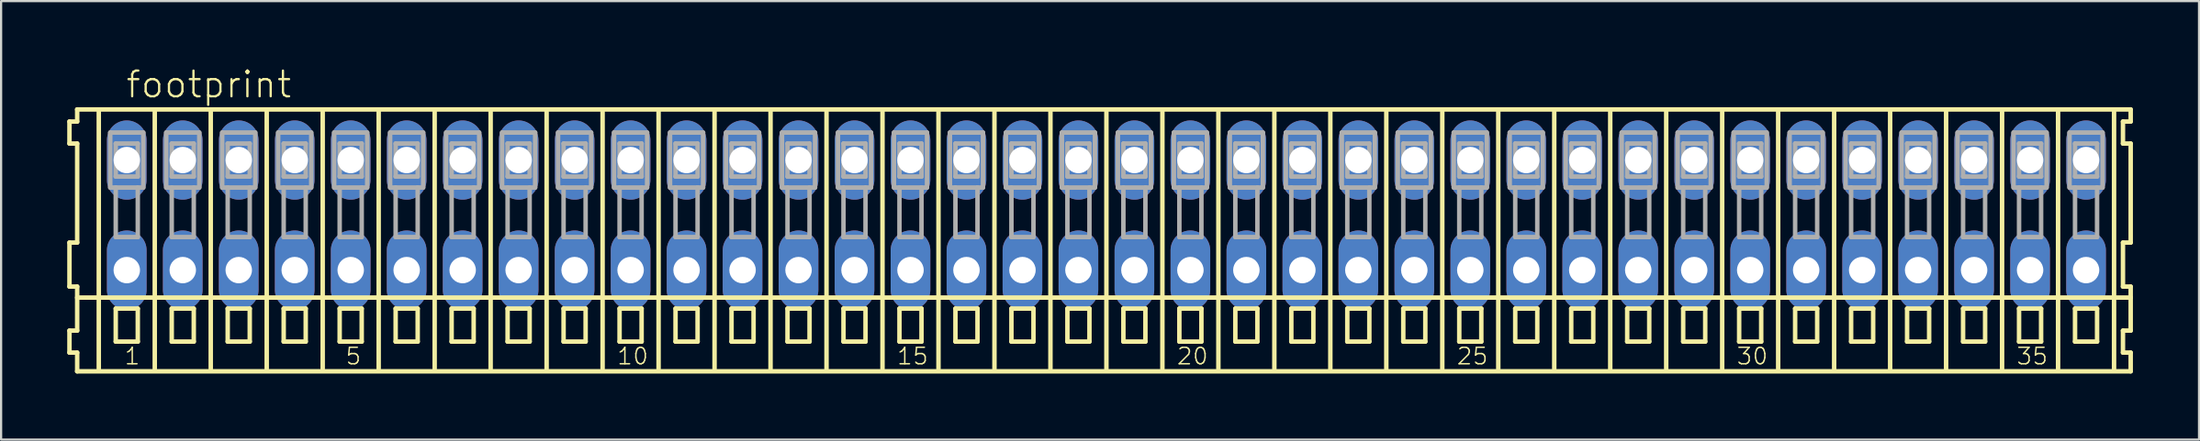
<source format=kicad_pcb>
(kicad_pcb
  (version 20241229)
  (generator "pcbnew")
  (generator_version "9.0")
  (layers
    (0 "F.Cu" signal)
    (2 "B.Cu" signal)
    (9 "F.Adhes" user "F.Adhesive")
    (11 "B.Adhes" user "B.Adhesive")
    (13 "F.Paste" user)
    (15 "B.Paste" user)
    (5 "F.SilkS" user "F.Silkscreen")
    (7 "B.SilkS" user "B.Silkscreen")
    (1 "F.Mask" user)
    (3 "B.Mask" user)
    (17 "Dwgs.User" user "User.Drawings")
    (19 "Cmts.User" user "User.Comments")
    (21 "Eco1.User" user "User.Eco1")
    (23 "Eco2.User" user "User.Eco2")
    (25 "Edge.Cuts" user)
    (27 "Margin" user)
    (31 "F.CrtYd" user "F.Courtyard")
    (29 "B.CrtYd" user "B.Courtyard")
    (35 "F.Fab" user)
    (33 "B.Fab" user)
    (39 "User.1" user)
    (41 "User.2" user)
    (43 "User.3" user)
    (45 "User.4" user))
  (footprint "footprint"
    (layer "F.Cu")
    (at 47.152 6.723)
    (property "Reference" "footprint" (at -44.55 -5.25 0) (layer "F.SilkS") (effects (font (size 1.168 1.168) (thickness 0.102)) (justify left bottom)))
    (fp_line (start -47.05 -4.25) (end -47.05 -3.25) (stroke (width 0.203) (type solid)) (layer "F.SilkS"))
    (fp_line (start -47.05 -3.25) (end -46.7 -3.25) (stroke (width 0.203) (type solid)) (layer "F.SilkS"))
    (fp_line (start -47.05 1.25) (end -47.05 3.25) (stroke (width 0.203) (type solid)) (layer "F.SilkS"))
    (fp_line (start -47.05 3.25) (end -46.7 3.25) (stroke (width 0.203) (type solid)) (layer "F.SilkS"))
    (fp_line (start -47.05 5.25) (end -47.05 6.25) (stroke (width 0.203) (type solid)) (layer "F.SilkS"))
    (fp_line (start -47.05 6.25) (end -46.7 6.25) (stroke (width 0.203) (type solid)) (layer "F.SilkS"))
    (fp_line (start -46.7 -4.8) (end -46.7 -4.25) (stroke (width 0.203) (type solid)) (layer "F.SilkS"))
    (fp_line (start -46.7 -4.25) (end -47.05 -4.25) (stroke (width 0.203) (type solid)) (layer "F.SilkS"))
    (fp_line (start -46.7 -3.25) (end -46.7 1.25) (stroke (width 0.203) (type solid)) (layer "F.SilkS"))
    (fp_line (start -46.7 1.25) (end -47.05 1.25) (stroke (width 0.203) (type solid)) (layer "F.SilkS"))
    (fp_line (start -46.7 3.25) (end -46.7 5.25) (stroke (width 0.203) (type solid)) (layer "F.SilkS"))
    (fp_line (start -46.7 3.75) (end 46.475 3.75) (stroke (width 0.203) (type solid)) (layer "F.SilkS"))
    (fp_line (start -46.7 5.25) (end -47.05 5.25) (stroke (width 0.203) (type solid)) (layer "F.SilkS"))
    (fp_line (start -46.7 6.25) (end -46.7 7.1) (stroke (width 0.203) (type solid)) (layer "F.SilkS"))
    (fp_line (start -46.7 7.1) (end 46.475 7.1) (stroke (width 0.203) (type solid)) (layer "F.SilkS"))
    (fp_line (start -45.72 6.985) (end -45.72 -4.699) (stroke (width 0.203) (type solid)) (layer "F.SilkS"))
    (fp_line (start -44.95 4.25) (end -44.95 5.75) (stroke (width 0.203) (type solid)) (layer "F.SilkS"))
    (fp_line (start -44.95 5.75) (end -43.95 5.75) (stroke (width 0.203) (type solid)) (layer "F.SilkS"))
    (fp_line (start -43.95 4.25) (end -44.95 4.25) (stroke (width 0.203) (type solid)) (layer "F.SilkS"))
    (fp_line (start -43.95 5.75) (end -43.95 4.25) (stroke (width 0.203) (type solid)) (layer "F.SilkS"))
    (fp_line (start -43.18 6.985) (end -43.18 -4.699) (stroke (width 0.203) (type solid)) (layer "F.SilkS"))
    (fp_line (start -42.41 4.25) (end -42.41 5.75) (stroke (width 0.203) (type solid)) (layer "F.SilkS"))
    (fp_line (start -42.41 5.75) (end -41.41 5.75) (stroke (width 0.203) (type solid)) (layer "F.SilkS"))
    (fp_line (start -41.41 4.25) (end -42.41 4.25) (stroke (width 0.203) (type solid)) (layer "F.SilkS"))
    (fp_line (start -41.41 5.75) (end -41.41 4.25) (stroke (width 0.203) (type solid)) (layer "F.SilkS"))
    (fp_line (start -40.64 6.985) (end -40.64 -4.699) (stroke (width 0.203) (type solid)) (layer "F.SilkS"))
    (fp_line (start -39.87 4.25) (end -39.87 5.75) (stroke (width 0.203) (type solid)) (layer "F.SilkS"))
    (fp_line (start -39.87 5.75) (end -38.87 5.75) (stroke (width 0.203) (type solid)) (layer "F.SilkS"))
    (fp_line (start -38.87 4.25) (end -39.87 4.25) (stroke (width 0.203) (type solid)) (layer "F.SilkS"))
    (fp_line (start -38.87 5.75) (end -38.87 4.25) (stroke (width 0.203) (type solid)) (layer "F.SilkS"))
    (fp_line (start -38.1 6.985) (end -38.1 -4.699) (stroke (width 0.203) (type solid)) (layer "F.SilkS"))
    (fp_line (start -37.33 4.25) (end -37.33 5.75) (stroke (width 0.203) (type solid)) (layer "F.SilkS"))
    (fp_line (start -37.33 5.75) (end -36.33 5.75) (stroke (width 0.203) (type solid)) (layer "F.SilkS"))
    (fp_line (start -36.33 4.25) (end -37.33 4.25) (stroke (width 0.203) (type solid)) (layer "F.SilkS"))
    (fp_line (start -36.33 5.75) (end -36.33 4.25) (stroke (width 0.203) (type solid)) (layer "F.SilkS"))
    (fp_line (start -35.56 6.985) (end -35.56 -4.699) (stroke (width 0.203) (type solid)) (layer "F.SilkS"))
    (fp_line (start -34.79 4.25) (end -34.79 5.75) (stroke (width 0.203) (type solid)) (layer "F.SilkS"))
    (fp_line (start -34.79 5.75) (end -33.79 5.75) (stroke (width 0.203) (type solid)) (layer "F.SilkS"))
    (fp_line (start -33.79 4.25) (end -34.79 4.25) (stroke (width 0.203) (type solid)) (layer "F.SilkS"))
    (fp_line (start -33.79 5.75) (end -33.79 4.25) (stroke (width 0.203) (type solid)) (layer "F.SilkS"))
    (fp_line (start -33.02 6.985) (end -33.02 -4.699) (stroke (width 0.203) (type solid)) (layer "F.SilkS"))
    (fp_line (start -32.25 4.25) (end -32.25 5.75) (stroke (width 0.203) (type solid)) (layer "F.SilkS"))
    (fp_line (start -32.25 5.75) (end -31.25 5.75) (stroke (width 0.203) (type solid)) (layer "F.SilkS"))
    (fp_line (start -31.25 4.25) (end -32.25 4.25) (stroke (width 0.203) (type solid)) (layer "F.SilkS"))
    (fp_line (start -31.25 5.75) (end -31.25 4.25) (stroke (width 0.203) (type solid)) (layer "F.SilkS"))
    (fp_line (start -30.48 6.985) (end -30.48 -4.699) (stroke (width 0.203) (type solid)) (layer "F.SilkS"))
    (fp_line (start -29.71 4.25) (end -29.71 5.75) (stroke (width 0.203) (type solid)) (layer "F.SilkS"))
    (fp_line (start -29.71 5.75) (end -28.71 5.75) (stroke (width 0.203) (type solid)) (layer "F.SilkS"))
    (fp_line (start -28.71 4.25) (end -29.71 4.25) (stroke (width 0.203) (type solid)) (layer "F.SilkS"))
    (fp_line (start -28.71 5.75) (end -28.71 4.25) (stroke (width 0.203) (type solid)) (layer "F.SilkS"))
    (fp_line (start -27.94 6.985) (end -27.94 -4.699) (stroke (width 0.203) (type solid)) (layer "F.SilkS"))
    (fp_line (start -27.17 4.25) (end -27.17 5.75) (stroke (width 0.203) (type solid)) (layer "F.SilkS"))
    (fp_line (start -27.17 5.75) (end -26.17 5.75) (stroke (width 0.203) (type solid)) (layer "F.SilkS"))
    (fp_line (start -26.17 4.25) (end -27.17 4.25) (stroke (width 0.203) (type solid)) (layer "F.SilkS"))
    (fp_line (start -26.17 5.75) (end -26.17 4.25) (stroke (width 0.203) (type solid)) (layer "F.SilkS"))
    (fp_line (start -25.4 6.985) (end -25.4 -4.699) (stroke (width 0.203) (type solid)) (layer "F.SilkS"))
    (fp_line (start -24.63 4.25) (end -24.63 5.75) (stroke (width 0.203) (type solid)) (layer "F.SilkS"))
    (fp_line (start -24.63 5.75) (end -23.63 5.75) (stroke (width 0.203) (type solid)) (layer "F.SilkS"))
    (fp_line (start -23.63 4.25) (end -24.63 4.25) (stroke (width 0.203) (type solid)) (layer "F.SilkS"))
    (fp_line (start -23.63 5.75) (end -23.63 4.25) (stroke (width 0.203) (type solid)) (layer "F.SilkS"))
    (fp_line (start -22.86 6.985) (end -22.86 -4.699) (stroke (width 0.203) (type solid)) (layer "F.SilkS"))
    (fp_line (start -22.09 4.25) (end -22.09 5.75) (stroke (width 0.203) (type solid)) (layer "F.SilkS"))
    (fp_line (start -22.09 5.75) (end -21.09 5.75) (stroke (width 0.203) (type solid)) (layer "F.SilkS"))
    (fp_line (start -21.09 4.25) (end -22.09 4.25) (stroke (width 0.203) (type solid)) (layer "F.SilkS"))
    (fp_line (start -21.09 5.75) (end -21.09 4.25) (stroke (width 0.203) (type solid)) (layer "F.SilkS"))
    (fp_line (start -20.32 6.985) (end -20.32 -4.699) (stroke (width 0.203) (type solid)) (layer "F.SilkS"))
    (fp_line (start -19.55 4.25) (end -19.55 5.75) (stroke (width 0.203) (type solid)) (layer "F.SilkS"))
    (fp_line (start -19.55 5.75) (end -18.55 5.75) (stroke (width 0.203) (type solid)) (layer "F.SilkS"))
    (fp_line (start -18.55 4.25) (end -19.55 4.25) (stroke (width 0.203) (type solid)) (layer "F.SilkS"))
    (fp_line (start -18.55 5.75) (end -18.55 4.25) (stroke (width 0.203) (type solid)) (layer "F.SilkS"))
    (fp_line (start -17.78 6.985) (end -17.78 -4.699) (stroke (width 0.203) (type solid)) (layer "F.SilkS"))
    (fp_line (start -17.01 4.25) (end -17.01 5.75) (stroke (width 0.203) (type solid)) (layer "F.SilkS"))
    (fp_line (start -17.01 5.75) (end -16.01 5.75) (stroke (width 0.203) (type solid)) (layer "F.SilkS"))
    (fp_line (start -16.01 4.25) (end -17.01 4.25) (stroke (width 0.203) (type solid)) (layer "F.SilkS"))
    (fp_line (start -16.01 5.75) (end -16.01 4.25) (stroke (width 0.203) (type solid)) (layer "F.SilkS"))
    (fp_line (start -15.24 6.985) (end -15.24 -4.699) (stroke (width 0.203) (type solid)) (layer "F.SilkS"))
    (fp_line (start -14.47 4.25) (end -14.47 5.75) (stroke (width 0.203) (type solid)) (layer "F.SilkS"))
    (fp_line (start -14.47 5.75) (end -13.47 5.75) (stroke (width 0.203) (type solid)) (layer "F.SilkS"))
    (fp_line (start -13.47 4.25) (end -14.47 4.25) (stroke (width 0.203) (type solid)) (layer "F.SilkS"))
    (fp_line (start -13.47 5.75) (end -13.47 4.25) (stroke (width 0.203) (type solid)) (layer "F.SilkS"))
    (fp_line (start -12.7 6.985) (end -12.7 -4.699) (stroke (width 0.203) (type solid)) (layer "F.SilkS"))
    (fp_line (start -11.93 4.25) (end -11.93 5.75) (stroke (width 0.203) (type solid)) (layer "F.SilkS"))
    (fp_line (start -11.93 5.75) (end -10.93 5.75) (stroke (width 0.203) (type solid)) (layer "F.SilkS"))
    (fp_line (start -10.93 4.25) (end -11.93 4.25) (stroke (width 0.203) (type solid)) (layer "F.SilkS"))
    (fp_line (start -10.93 5.75) (end -10.93 4.25) (stroke (width 0.203) (type solid)) (layer "F.SilkS"))
    (fp_line (start -10.16 6.985) (end -10.16 -4.699) (stroke (width 0.203) (type solid)) (layer "F.SilkS"))
    (fp_line (start -9.39 4.25) (end -9.39 5.75) (stroke (width 0.203) (type solid)) (layer "F.SilkS"))
    (fp_line (start -9.39 5.75) (end -8.39 5.75) (stroke (width 0.203) (type solid)) (layer "F.SilkS"))
    (fp_line (start -8.39 4.25) (end -9.39 4.25) (stroke (width 0.203) (type solid)) (layer "F.SilkS"))
    (fp_line (start -8.39 5.75) (end -8.39 4.25) (stroke (width 0.203) (type solid)) (layer "F.SilkS"))
    (fp_line (start -7.62 6.985) (end -7.62 -4.699) (stroke (width 0.203) (type solid)) (layer "F.SilkS"))
    (fp_line (start -6.85 4.25) (end -6.85 5.75) (stroke (width 0.203) (type solid)) (layer "F.SilkS"))
    (fp_line (start -6.85 5.75) (end -5.85 5.75) (stroke (width 0.203) (type solid)) (layer "F.SilkS"))
    (fp_line (start -5.85 4.25) (end -6.85 4.25) (stroke (width 0.203) (type solid)) (layer "F.SilkS"))
    (fp_line (start -5.85 5.75) (end -5.85 4.25) (stroke (width 0.203) (type solid)) (layer "F.SilkS"))
    (fp_line (start -5.08 6.985) (end -5.08 -4.699) (stroke (width 0.203) (type solid)) (layer "F.SilkS"))
    (fp_line (start -4.31 4.25) (end -4.31 5.75) (stroke (width 0.203) (type solid)) (layer "F.SilkS"))
    (fp_line (start -4.31 5.75) (end -3.31 5.75) (stroke (width 0.203) (type solid)) (layer "F.SilkS"))
    (fp_line (start -3.31 4.25) (end -4.31 4.25) (stroke (width 0.203) (type solid)) (layer "F.SilkS"))
    (fp_line (start -3.31 5.75) (end -3.31 4.25) (stroke (width 0.203) (type solid)) (layer "F.SilkS"))
    (fp_line (start -2.54 6.985) (end -2.54 -4.699) (stroke (width 0.203) (type solid)) (layer "F.SilkS"))
    (fp_line (start -1.77 4.25) (end -1.77 5.75) (stroke (width 0.203) (type solid)) (layer "F.SilkS"))
    (fp_line (start -1.77 5.75) (end -0.77 5.75) (stroke (width 0.203) (type solid)) (layer "F.SilkS"))
    (fp_line (start -0.77 4.25) (end -1.77 4.25) (stroke (width 0.203) (type solid)) (layer "F.SilkS"))
    (fp_line (start -0.77 5.75) (end -0.77 4.25) (stroke (width 0.203) (type solid)) (layer "F.SilkS"))
    (fp_line (start 0 6.985) (end 0 -4.699) (stroke (width 0.203) (type solid)) (layer "F.SilkS"))
    (fp_line (start 0.77 4.25) (end 0.77 5.75) (stroke (width 0.203) (type solid)) (layer "F.SilkS"))
    (fp_line (start 0.77 5.75) (end 1.77 5.75) (stroke (width 0.203) (type solid)) (layer "F.SilkS"))
    (fp_line (start 1.77 4.25) (end 0.77 4.25) (stroke (width 0.203) (type solid)) (layer "F.SilkS"))
    (fp_line (start 1.77 5.75) (end 1.77 4.25) (stroke (width 0.203) (type solid)) (layer "F.SilkS"))
    (fp_line (start 2.54 6.985) (end 2.54 -4.699) (stroke (width 0.203) (type solid)) (layer "F.SilkS"))
    (fp_line (start 3.31 4.25) (end 3.31 5.75) (stroke (width 0.203) (type solid)) (layer "F.SilkS"))
    (fp_line (start 3.31 5.75) (end 4.31 5.75) (stroke (width 0.203) (type solid)) (layer "F.SilkS"))
    (fp_line (start 4.31 4.25) (end 3.31 4.25) (stroke (width 0.203) (type solid)) (layer "F.SilkS"))
    (fp_line (start 4.31 5.75) (end 4.31 4.25) (stroke (width 0.203) (type solid)) (layer "F.SilkS"))
    (fp_line (start 5.08 6.985) (end 5.08 -4.699) (stroke (width 0.203) (type solid)) (layer "F.SilkS"))
    (fp_line (start 5.85 4.25) (end 5.85 5.75) (stroke (width 0.203) (type solid)) (layer "F.SilkS"))
    (fp_line (start 5.85 5.75) (end 6.85 5.75) (stroke (width 0.203) (type solid)) (layer "F.SilkS"))
    (fp_line (start 6.85 4.25) (end 5.85 4.25) (stroke (width 0.203) (type solid)) (layer "F.SilkS"))
    (fp_line (start 6.85 5.75) (end 6.85 4.25) (stroke (width 0.203) (type solid)) (layer "F.SilkS"))
    (fp_line (start 7.62 6.985) (end 7.62 -4.699) (stroke (width 0.203) (type solid)) (layer "F.SilkS"))
    (fp_line (start 8.39 4.25) (end 8.39 5.75) (stroke (width 0.203) (type solid)) (layer "F.SilkS"))
    (fp_line (start 8.39 5.75) (end 9.39 5.75) (stroke (width 0.203) (type solid)) (layer "F.SilkS"))
    (fp_line (start 9.39 4.25) (end 8.39 4.25) (stroke (width 0.203) (type solid)) (layer "F.SilkS"))
    (fp_line (start 9.39 5.75) (end 9.39 4.25) (stroke (width 0.203) (type solid)) (layer "F.SilkS"))
    (fp_line (start 10.16 6.985) (end 10.16 -4.699) (stroke (width 0.203) (type solid)) (layer "F.SilkS"))
    (fp_line (start 10.93 4.25) (end 10.93 5.75) (stroke (width 0.203) (type solid)) (layer "F.SilkS"))
    (fp_line (start 10.93 5.75) (end 11.93 5.75) (stroke (width 0.203) (type solid)) (layer "F.SilkS"))
    (fp_line (start 11.93 4.25) (end 10.93 4.25) (stroke (width 0.203) (type solid)) (layer "F.SilkS"))
    (fp_line (start 11.93 5.75) (end 11.93 4.25) (stroke (width 0.203) (type solid)) (layer "F.SilkS"))
    (fp_line (start 12.7 6.985) (end 12.7 -4.699) (stroke (width 0.203) (type solid)) (layer "F.SilkS"))
    (fp_line (start 13.47 4.25) (end 13.47 5.75) (stroke (width 0.203) (type solid)) (layer "F.SilkS"))
    (fp_line (start 13.47 5.75) (end 14.47 5.75) (stroke (width 0.203) (type solid)) (layer "F.SilkS"))
    (fp_line (start 14.47 4.25) (end 13.47 4.25) (stroke (width 0.203) (type solid)) (layer "F.SilkS"))
    (fp_line (start 14.47 5.75) (end 14.47 4.25) (stroke (width 0.203) (type solid)) (layer "F.SilkS"))
    (fp_line (start 15.24 6.985) (end 15.24 -4.699) (stroke (width 0.203) (type solid)) (layer "F.SilkS"))
    (fp_line (start 16.01 4.25) (end 16.01 5.75) (stroke (width 0.203) (type solid)) (layer "F.SilkS"))
    (fp_line (start 16.01 5.75) (end 17.01 5.75) (stroke (width 0.203) (type solid)) (layer "F.SilkS"))
    (fp_line (start 17.01 4.25) (end 16.01 4.25) (stroke (width 0.203) (type solid)) (layer "F.SilkS"))
    (fp_line (start 17.01 5.75) (end 17.01 4.25) (stroke (width 0.203) (type solid)) (layer "F.SilkS"))
    (fp_line (start 17.78 6.985) (end 17.78 -4.699) (stroke (width 0.203) (type solid)) (layer "F.SilkS"))
    (fp_line (start 18.55 4.25) (end 18.55 5.75) (stroke (width 0.203) (type solid)) (layer "F.SilkS"))
    (fp_line (start 18.55 5.75) (end 19.55 5.75) (stroke (width 0.203) (type solid)) (layer "F.SilkS"))
    (fp_line (start 19.55 4.25) (end 18.55 4.25) (stroke (width 0.203) (type solid)) (layer "F.SilkS"))
    (fp_line (start 19.55 5.75) (end 19.55 4.25) (stroke (width 0.203) (type solid)) (layer "F.SilkS"))
    (fp_line (start 20.32 6.985) (end 20.32 -4.699) (stroke (width 0.203) (type solid)) (layer "F.SilkS"))
    (fp_line (start 21.09 4.25) (end 21.09 5.75) (stroke (width 0.203) (type solid)) (layer "F.SilkS"))
    (fp_line (start 21.09 5.75) (end 22.09 5.75) (stroke (width 0.203) (type solid)) (layer "F.SilkS"))
    (fp_line (start 22.09 4.25) (end 21.09 4.25) (stroke (width 0.203) (type solid)) (layer "F.SilkS"))
    (fp_line (start 22.09 5.75) (end 22.09 4.25) (stroke (width 0.203) (type solid)) (layer "F.SilkS"))
    (fp_line (start 22.86 6.985) (end 22.86 -4.699) (stroke (width 0.203) (type solid)) (layer "F.SilkS"))
    (fp_line (start 23.63 4.25) (end 23.63 5.75) (stroke (width 0.203) (type solid)) (layer "F.SilkS"))
    (fp_line (start 23.63 5.75) (end 24.63 5.75) (stroke (width 0.203) (type solid)) (layer "F.SilkS"))
    (fp_line (start 24.63 4.25) (end 23.63 4.25) (stroke (width 0.203) (type solid)) (layer "F.SilkS"))
    (fp_line (start 24.63 5.75) (end 24.63 4.25) (stroke (width 0.203) (type solid)) (layer "F.SilkS"))
    (fp_line (start 25.4 6.985) (end 25.4 -4.699) (stroke (width 0.203) (type solid)) (layer "F.SilkS"))
    (fp_line (start 26.17 4.25) (end 26.17 5.75) (stroke (width 0.203) (type solid)) (layer "F.SilkS"))
    (fp_line (start 26.17 5.75) (end 27.17 5.75) (stroke (width 0.203) (type solid)) (layer "F.SilkS"))
    (fp_line (start 27.17 4.25) (end 26.17 4.25) (stroke (width 0.203) (type solid)) (layer "F.SilkS"))
    (fp_line (start 27.17 5.75) (end 27.17 4.25) (stroke (width 0.203) (type solid)) (layer "F.SilkS"))
    (fp_line (start 27.94 6.985) (end 27.94 -4.699) (stroke (width 0.203) (type solid)) (layer "F.SilkS"))
    (fp_line (start 28.71 4.25) (end 28.71 5.75) (stroke (width 0.203) (type solid)) (layer "F.SilkS"))
    (fp_line (start 28.71 5.75) (end 29.71 5.75) (stroke (width 0.203) (type solid)) (layer "F.SilkS"))
    (fp_line (start 29.71 4.25) (end 28.71 4.25) (stroke (width 0.203) (type solid)) (layer "F.SilkS"))
    (fp_line (start 29.71 5.75) (end 29.71 4.25) (stroke (width 0.203) (type solid)) (layer "F.SilkS"))
    (fp_line (start 30.48 6.985) (end 30.48 -4.699) (stroke (width 0.203) (type solid)) (layer "F.SilkS"))
    (fp_line (start 31.25 4.25) (end 31.25 5.75) (stroke (width 0.203) (type solid)) (layer "F.SilkS"))
    (fp_line (start 31.25 5.75) (end 32.25 5.75) (stroke (width 0.203) (type solid)) (layer "F.SilkS"))
    (fp_line (start 32.25 4.25) (end 31.25 4.25) (stroke (width 0.203) (type solid)) (layer "F.SilkS"))
    (fp_line (start 32.25 5.75) (end 32.25 4.25) (stroke (width 0.203) (type solid)) (layer "F.SilkS"))
    (fp_line (start 33.02 6.985) (end 33.02 -4.699) (stroke (width 0.203) (type solid)) (layer "F.SilkS"))
    (fp_line (start 33.79 4.25) (end 33.79 5.75) (stroke (width 0.203) (type solid)) (layer "F.SilkS"))
    (fp_line (start 33.79 5.75) (end 34.79 5.75) (stroke (width 0.203) (type solid)) (layer "F.SilkS"))
    (fp_line (start 34.79 4.25) (end 33.79 4.25) (stroke (width 0.203) (type solid)) (layer "F.SilkS"))
    (fp_line (start 34.79 5.75) (end 34.79 4.25) (stroke (width 0.203) (type solid)) (layer "F.SilkS"))
    (fp_line (start 35.56 6.985) (end 35.56 -4.699) (stroke (width 0.203) (type solid)) (layer "F.SilkS"))
    (fp_line (start 36.33 4.25) (end 36.33 5.75) (stroke (width 0.203) (type solid)) (layer "F.SilkS"))
    (fp_line (start 36.33 5.75) (end 37.33 5.75) (stroke (width 0.203) (type solid)) (layer "F.SilkS"))
    (fp_line (start 37.33 4.25) (end 36.33 4.25) (stroke (width 0.203) (type solid)) (layer "F.SilkS"))
    (fp_line (start 37.33 5.75) (end 37.33 4.25) (stroke (width 0.203) (type solid)) (layer "F.SilkS"))
    (fp_line (start 38.1 6.985) (end 38.1 -4.699) (stroke (width 0.203) (type solid)) (layer "F.SilkS"))
    (fp_line (start 38.87 4.25) (end 38.87 5.75) (stroke (width 0.203) (type solid)) (layer "F.SilkS"))
    (fp_line (start 38.87 5.75) (end 39.87 5.75) (stroke (width 0.203) (type solid)) (layer "F.SilkS"))
    (fp_line (start 39.87 4.25) (end 38.87 4.25) (stroke (width 0.203) (type solid)) (layer "F.SilkS"))
    (fp_line (start 39.87 5.75) (end 39.87 4.25) (stroke (width 0.203) (type solid)) (layer "F.SilkS"))
    (fp_line (start 40.64 6.985) (end 40.64 -4.699) (stroke (width 0.203) (type solid)) (layer "F.SilkS"))
    (fp_line (start 41.41 4.25) (end 41.41 5.75) (stroke (width 0.203) (type solid)) (layer "F.SilkS"))
    (fp_line (start 41.41 5.75) (end 42.41 5.75) (stroke (width 0.203) (type solid)) (layer "F.SilkS"))
    (fp_line (start 42.41 4.25) (end 41.41 4.25) (stroke (width 0.203) (type solid)) (layer "F.SilkS"))
    (fp_line (start 42.41 5.75) (end 42.41 4.25) (stroke (width 0.203) (type solid)) (layer "F.SilkS"))
    (fp_line (start 43.18 6.985) (end 43.18 -4.699) (stroke (width 0.203) (type solid)) (layer "F.SilkS"))
    (fp_line (start 43.95 4.25) (end 43.95 5.75) (stroke (width 0.203) (type solid)) (layer "F.SilkS"))
    (fp_line (start 43.95 5.75) (end 44.95 5.75) (stroke (width 0.203) (type solid)) (layer "F.SilkS"))
    (fp_line (start 44.95 4.25) (end 43.95 4.25) (stroke (width 0.203) (type solid)) (layer "F.SilkS"))
    (fp_line (start 44.95 5.75) (end 44.95 4.25) (stroke (width 0.203) (type solid)) (layer "F.SilkS"))
    (fp_line (start 45.72 6.985) (end 45.72 -4.699) (stroke (width 0.203) (type solid)) (layer "F.SilkS"))
    (fp_line (start 46.125 -4.25) (end 46.125 -3.25) (stroke (width 0.203) (type solid)) (layer "F.SilkS"))
    (fp_line (start 46.125 -3.25) (end 46.475 -3.25) (stroke (width 0.203) (type solid)) (layer "F.SilkS"))
    (fp_line (start 46.125 1.25) (end 46.125 3.25) (stroke (width 0.203) (type solid)) (layer "F.SilkS"))
    (fp_line (start 46.125 3.25) (end 46.475 3.25) (stroke (width 0.203) (type solid)) (layer "F.SilkS"))
    (fp_line (start 46.125 5.25) (end 46.125 6.25) (stroke (width 0.203) (type solid)) (layer "F.SilkS"))
    (fp_line (start 46.125 6.25) (end 46.475 6.25) (stroke (width 0.203) (type solid)) (layer "F.SilkS"))
    (fp_line (start 46.475 -4.8) (end -46.7 -4.8) (stroke (width 0.203) (type solid)) (layer "F.SilkS"))
    (fp_line (start 46.475 -4.25) (end 46.125 -4.25) (stroke (width 0.203) (type solid)) (layer "F.SilkS"))
    (fp_line (start 46.475 -4.25) (end 46.475 -4.8) (stroke (width 0.203) (type solid)) (layer "F.SilkS"))
    (fp_line (start 46.475 1.25) (end 46.125 1.25) (stroke (width 0.203) (type solid)) (layer "F.SilkS"))
    (fp_line (start 46.475 1.25) (end 46.475 -3.25) (stroke (width 0.203) (type solid)) (layer "F.SilkS"))
    (fp_line (start 46.475 3.75) (end 46.475 3.25) (stroke (width 0.203) (type solid)) (layer "F.SilkS"))
    (fp_line (start 46.475 5.25) (end 46.125 5.25) (stroke (width 0.203) (type solid)) (layer "F.SilkS"))
    (fp_line (start 46.475 5.25) (end 46.475 3.75) (stroke (width 0.203) (type solid)) (layer "F.SilkS"))
    (fp_line (start 46.475 7.1) (end 46.475 6.25) (stroke (width 0.203) (type solid)) (layer "F.SilkS"))
    (fp_line (start -45.2 -3.75) (end -45.2 -1.25) (stroke (width 0.203) (type solid)) (layer "F.Fab"))
    (fp_line (start -45.2 -1.25) (end -44.95 -1.25) (stroke (width 0.203) (type solid)) (layer "F.Fab"))
    (fp_line (start -44.95 -3.25) (end -44.95 -1.75) (stroke (width 0.203) (type solid)) (layer "F.Fab"))
    (fp_line (start -44.95 -1.75) (end -43.95 -1.75) (stroke (width 0.203) (type solid)) (layer "F.Fab"))
    (fp_line (start -44.95 -1.25) (end -44.95 1) (stroke (width 0.203) (type solid)) (layer "F.Fab"))
    (fp_line (start -44.95 -1.25) (end -43.95 -1.25) (stroke (width 0.203) (type solid)) (layer "F.Fab"))
    (fp_line (start -44.95 1) (end -43.95 1) (stroke (width 0.203) (type solid)) (layer "F.Fab"))
    (fp_line (start -43.95 -3.25) (end -44.95 -3.25) (stroke (width 0.203) (type solid)) (layer "F.Fab"))
    (fp_line (start -43.95 -1.75) (end -43.95 -3.25) (stroke (width 0.203) (type solid)) (layer "F.Fab"))
    (fp_line (start -43.95 -1.25) (end -43.7 -1.25) (stroke (width 0.203) (type solid)) (layer "F.Fab"))
    (fp_line (start -43.95 1) (end -43.95 -1.25) (stroke (width 0.203) (type solid)) (layer "F.Fab"))
    (fp_line (start -43.7 -3.75) (end -45.2 -3.75) (stroke (width 0.203) (type solid)) (layer "F.Fab"))
    (fp_line (start -43.7 -1.25) (end -43.7 -3.75) (stroke (width 0.203) (type solid)) (layer "F.Fab"))
    (fp_line (start -42.66 -3.75) (end -42.66 -1.25) (stroke (width 0.203) (type solid)) (layer "F.Fab"))
    (fp_line (start -42.66 -1.25) (end -42.41 -1.25) (stroke (width 0.203) (type solid)) (layer "F.Fab"))
    (fp_line (start -42.41 -3.25) (end -42.41 -1.75) (stroke (width 0.203) (type solid)) (layer "F.Fab"))
    (fp_line (start -42.41 -1.75) (end -41.41 -1.75) (stroke (width 0.203) (type solid)) (layer "F.Fab"))
    (fp_line (start -42.41 -1.25) (end -42.41 1) (stroke (width 0.203) (type solid)) (layer "F.Fab"))
    (fp_line (start -42.41 -1.25) (end -41.41 -1.25) (stroke (width 0.203) (type solid)) (layer "F.Fab"))
    (fp_line (start -42.41 1) (end -41.41 1) (stroke (width 0.203) (type solid)) (layer "F.Fab"))
    (fp_line (start -41.41 -3.25) (end -42.41 -3.25) (stroke (width 0.203) (type solid)) (layer "F.Fab"))
    (fp_line (start -41.41 -1.75) (end -41.41 -3.25) (stroke (width 0.203) (type solid)) (layer "F.Fab"))
    (fp_line (start -41.41 -1.25) (end -41.16 -1.25) (stroke (width 0.203) (type solid)) (layer "F.Fab"))
    (fp_line (start -41.41 1) (end -41.41 -1.25) (stroke (width 0.203) (type solid)) (layer "F.Fab"))
    (fp_line (start -41.16 -3.75) (end -42.66 -3.75) (stroke (width 0.203) (type solid)) (layer "F.Fab"))
    (fp_line (start -41.16 -1.25) (end -41.16 -3.75) (stroke (width 0.203) (type solid)) (layer "F.Fab"))
    (fp_line (start -40.12 -3.75) (end -40.12 -1.25) (stroke (width 0.203) (type solid)) (layer "F.Fab"))
    (fp_line (start -40.12 -1.25) (end -39.87 -1.25) (stroke (width 0.203) (type solid)) (layer "F.Fab"))
    (fp_line (start -39.87 -3.25) (end -39.87 -1.75) (stroke (width 0.203) (type solid)) (layer "F.Fab"))
    (fp_line (start -39.87 -1.75) (end -38.87 -1.75) (stroke (width 0.203) (type solid)) (layer "F.Fab"))
    (fp_line (start -39.87 -1.25) (end -39.87 1) (stroke (width 0.203) (type solid)) (layer "F.Fab"))
    (fp_line (start -39.87 -1.25) (end -38.87 -1.25) (stroke (width 0.203) (type solid)) (layer "F.Fab"))
    (fp_line (start -39.87 1) (end -38.87 1) (stroke (width 0.203) (type solid)) (layer "F.Fab"))
    (fp_line (start -38.87 -3.25) (end -39.87 -3.25) (stroke (width 0.203) (type solid)) (layer "F.Fab"))
    (fp_line (start -38.87 -1.75) (end -38.87 -3.25) (stroke (width 0.203) (type solid)) (layer "F.Fab"))
    (fp_line (start -38.87 -1.25) (end -38.62 -1.25) (stroke (width 0.203) (type solid)) (layer "F.Fab"))
    (fp_line (start -38.87 1) (end -38.87 -1.25) (stroke (width 0.203) (type solid)) (layer "F.Fab"))
    (fp_line (start -38.62 -3.75) (end -40.12 -3.75) (stroke (width 0.203) (type solid)) (layer "F.Fab"))
    (fp_line (start -38.62 -1.25) (end -38.62 -3.75) (stroke (width 0.203) (type solid)) (layer "F.Fab"))
    (fp_line (start -37.58 -3.75) (end -37.58 -1.25) (stroke (width 0.203) (type solid)) (layer "F.Fab"))
    (fp_line (start -37.58 -1.25) (end -37.33 -1.25) (stroke (width 0.203) (type solid)) (layer "F.Fab"))
    (fp_line (start -37.33 -3.25) (end -37.33 -1.75) (stroke (width 0.203) (type solid)) (layer "F.Fab"))
    (fp_line (start -37.33 -1.75) (end -36.33 -1.75) (stroke (width 0.203) (type solid)) (layer "F.Fab"))
    (fp_line (start -37.33 -1.25) (end -37.33 1) (stroke (width 0.203) (type solid)) (layer "F.Fab"))
    (fp_line (start -37.33 -1.25) (end -36.33 -1.25) (stroke (width 0.203) (type solid)) (layer "F.Fab"))
    (fp_line (start -37.33 1) (end -36.33 1) (stroke (width 0.203) (type solid)) (layer "F.Fab"))
    (fp_line (start -36.33 -3.25) (end -37.33 -3.25) (stroke (width 0.203) (type solid)) (layer "F.Fab"))
    (fp_line (start -36.33 -1.75) (end -36.33 -3.25) (stroke (width 0.203) (type solid)) (layer "F.Fab"))
    (fp_line (start -36.33 -1.25) (end -36.08 -1.25) (stroke (width 0.203) (type solid)) (layer "F.Fab"))
    (fp_line (start -36.33 1) (end -36.33 -1.25) (stroke (width 0.203) (type solid)) (layer "F.Fab"))
    (fp_line (start -36.08 -3.75) (end -37.58 -3.75) (stroke (width 0.203) (type solid)) (layer "F.Fab"))
    (fp_line (start -36.08 -1.25) (end -36.08 -3.75) (stroke (width 0.203) (type solid)) (layer "F.Fab"))
    (fp_line (start -35.04 -3.75) (end -35.04 -1.25) (stroke (width 0.203) (type solid)) (layer "F.Fab"))
    (fp_line (start -35.04 -1.25) (end -34.79 -1.25) (stroke (width 0.203) (type solid)) (layer "F.Fab"))
    (fp_line (start -34.79 -3.25) (end -34.79 -1.75) (stroke (width 0.203) (type solid)) (layer "F.Fab"))
    (fp_line (start -34.79 -1.75) (end -33.79 -1.75) (stroke (width 0.203) (type solid)) (layer "F.Fab"))
    (fp_line (start -34.79 -1.25) (end -34.79 1) (stroke (width 0.203) (type solid)) (layer "F.Fab"))
    (fp_line (start -34.79 -1.25) (end -33.79 -1.25) (stroke (width 0.203) (type solid)) (layer "F.Fab"))
    (fp_line (start -34.79 1) (end -33.79 1) (stroke (width 0.203) (type solid)) (layer "F.Fab"))
    (fp_line (start -33.79 -3.25) (end -34.79 -3.25) (stroke (width 0.203) (type solid)) (layer "F.Fab"))
    (fp_line (start -33.79 -1.75) (end -33.79 -3.25) (stroke (width 0.203) (type solid)) (layer "F.Fab"))
    (fp_line (start -33.79 -1.25) (end -33.54 -1.25) (stroke (width 0.203) (type solid)) (layer "F.Fab"))
    (fp_line (start -33.79 1) (end -33.79 -1.25) (stroke (width 0.203) (type solid)) (layer "F.Fab"))
    (fp_line (start -33.54 -3.75) (end -35.04 -3.75) (stroke (width 0.203) (type solid)) (layer "F.Fab"))
    (fp_line (start -33.54 -1.25) (end -33.54 -3.75) (stroke (width 0.203) (type solid)) (layer "F.Fab"))
    (fp_line (start -32.5 -3.75) (end -32.5 -1.25) (stroke (width 0.203) (type solid)) (layer "F.Fab"))
    (fp_line (start -32.5 -1.25) (end -32.25 -1.25) (stroke (width 0.203) (type solid)) (layer "F.Fab"))
    (fp_line (start -32.25 -3.25) (end -32.25 -1.75) (stroke (width 0.203) (type solid)) (layer "F.Fab"))
    (fp_line (start -32.25 -1.75) (end -31.25 -1.75) (stroke (width 0.203) (type solid)) (layer "F.Fab"))
    (fp_line (start -32.25 -1.25) (end -32.25 1) (stroke (width 0.203) (type solid)) (layer "F.Fab"))
    (fp_line (start -32.25 -1.25) (end -31.25 -1.25) (stroke (width 0.203) (type solid)) (layer "F.Fab"))
    (fp_line (start -32.25 1) (end -31.25 1) (stroke (width 0.203) (type solid)) (layer "F.Fab"))
    (fp_line (start -31.25 -3.25) (end -32.25 -3.25) (stroke (width 0.203) (type solid)) (layer "F.Fab"))
    (fp_line (start -31.25 -1.75) (end -31.25 -3.25) (stroke (width 0.203) (type solid)) (layer "F.Fab"))
    (fp_line (start -31.25 -1.25) (end -31 -1.25) (stroke (width 0.203) (type solid)) (layer "F.Fab"))
    (fp_line (start -31.25 1) (end -31.25 -1.25) (stroke (width 0.203) (type solid)) (layer "F.Fab"))
    (fp_line (start -31 -3.75) (end -32.5 -3.75) (stroke (width 0.203) (type solid)) (layer "F.Fab"))
    (fp_line (start -31 -1.25) (end -31 -3.75) (stroke (width 0.203) (type solid)) (layer "F.Fab"))
    (fp_line (start -29.96 -3.75) (end -29.96 -1.25) (stroke (width 0.203) (type solid)) (layer "F.Fab"))
    (fp_line (start -29.96 -1.25) (end -29.71 -1.25) (stroke (width 0.203) (type solid)) (layer "F.Fab"))
    (fp_line (start -29.71 -3.25) (end -29.71 -1.75) (stroke (width 0.203) (type solid)) (layer "F.Fab"))
    (fp_line (start -29.71 -1.75) (end -28.71 -1.75) (stroke (width 0.203) (type solid)) (layer "F.Fab"))
    (fp_line (start -29.71 -1.25) (end -29.71 1) (stroke (width 0.203) (type solid)) (layer "F.Fab"))
    (fp_line (start -29.71 -1.25) (end -28.71 -1.25) (stroke (width 0.203) (type solid)) (layer "F.Fab"))
    (fp_line (start -29.71 1) (end -28.71 1) (stroke (width 0.203) (type solid)) (layer "F.Fab"))
    (fp_line (start -28.71 -3.25) (end -29.71 -3.25) (stroke (width 0.203) (type solid)) (layer "F.Fab"))
    (fp_line (start -28.71 -1.75) (end -28.71 -3.25) (stroke (width 0.203) (type solid)) (layer "F.Fab"))
    (fp_line (start -28.71 -1.25) (end -28.46 -1.25) (stroke (width 0.203) (type solid)) (layer "F.Fab"))
    (fp_line (start -28.71 1) (end -28.71 -1.25) (stroke (width 0.203) (type solid)) (layer "F.Fab"))
    (fp_line (start -28.46 -3.75) (end -29.96 -3.75) (stroke (width 0.203) (type solid)) (layer "F.Fab"))
    (fp_line (start -28.46 -1.25) (end -28.46 -3.75) (stroke (width 0.203) (type solid)) (layer "F.Fab"))
    (fp_line (start -27.42 -3.75) (end -27.42 -1.25) (stroke (width 0.203) (type solid)) (layer "F.Fab"))
    (fp_line (start -27.42 -1.25) (end -27.17 -1.25) (stroke (width 0.203) (type solid)) (layer "F.Fab"))
    (fp_line (start -27.17 -3.25) (end -27.17 -1.75) (stroke (width 0.203) (type solid)) (layer "F.Fab"))
    (fp_line (start -27.17 -1.75) (end -26.17 -1.75) (stroke (width 0.203) (type solid)) (layer "F.Fab"))
    (fp_line (start -27.17 -1.25) (end -27.17 1) (stroke (width 0.203) (type solid)) (layer "F.Fab"))
    (fp_line (start -27.17 -1.25) (end -26.17 -1.25) (stroke (width 0.203) (type solid)) (layer "F.Fab"))
    (fp_line (start -27.17 1) (end -26.17 1) (stroke (width 0.203) (type solid)) (layer "F.Fab"))
    (fp_line (start -26.17 -3.25) (end -27.17 -3.25) (stroke (width 0.203) (type solid)) (layer "F.Fab"))
    (fp_line (start -26.17 -1.75) (end -26.17 -3.25) (stroke (width 0.203) (type solid)) (layer "F.Fab"))
    (fp_line (start -26.17 -1.25) (end -25.92 -1.25) (stroke (width 0.203) (type solid)) (layer "F.Fab"))
    (fp_line (start -26.17 1) (end -26.17 -1.25) (stroke (width 0.203) (type solid)) (layer "F.Fab"))
    (fp_line (start -25.92 -3.75) (end -27.42 -3.75) (stroke (width 0.203) (type solid)) (layer "F.Fab"))
    (fp_line (start -25.92 -1.25) (end -25.92 -3.75) (stroke (width 0.203) (type solid)) (layer "F.Fab"))
    (fp_line (start -24.88 -3.75) (end -24.88 -1.25) (stroke (width 0.203) (type solid)) (layer "F.Fab"))
    (fp_line (start -24.88 -1.25) (end -24.63 -1.25) (stroke (width 0.203) (type solid)) (layer "F.Fab"))
    (fp_line (start -24.63 -3.25) (end -24.63 -1.75) (stroke (width 0.203) (type solid)) (layer "F.Fab"))
    (fp_line (start -24.63 -1.75) (end -23.63 -1.75) (stroke (width 0.203) (type solid)) (layer "F.Fab"))
    (fp_line (start -24.63 -1.25) (end -24.63 1) (stroke (width 0.203) (type solid)) (layer "F.Fab"))
    (fp_line (start -24.63 -1.25) (end -23.63 -1.25) (stroke (width 0.203) (type solid)) (layer "F.Fab"))
    (fp_line (start -24.63 1) (end -23.63 1) (stroke (width 0.203) (type solid)) (layer "F.Fab"))
    (fp_line (start -23.63 -3.25) (end -24.63 -3.25) (stroke (width 0.203) (type solid)) (layer "F.Fab"))
    (fp_line (start -23.63 -1.75) (end -23.63 -3.25) (stroke (width 0.203) (type solid)) (layer "F.Fab"))
    (fp_line (start -23.63 -1.25) (end -23.38 -1.25) (stroke (width 0.203) (type solid)) (layer "F.Fab"))
    (fp_line (start -23.63 1) (end -23.63 -1.25) (stroke (width 0.203) (type solid)) (layer "F.Fab"))
    (fp_line (start -23.38 -3.75) (end -24.88 -3.75) (stroke (width 0.203) (type solid)) (layer "F.Fab"))
    (fp_line (start -23.38 -1.25) (end -23.38 -3.75) (stroke (width 0.203) (type solid)) (layer "F.Fab"))
    (fp_line (start -22.34 -3.75) (end -22.34 -1.25) (stroke (width 0.203) (type solid)) (layer "F.Fab"))
    (fp_line (start -22.34 -1.25) (end -22.09 -1.25) (stroke (width 0.203) (type solid)) (layer "F.Fab"))
    (fp_line (start -22.09 -3.25) (end -22.09 -1.75) (stroke (width 0.203) (type solid)) (layer "F.Fab"))
    (fp_line (start -22.09 -1.75) (end -21.09 -1.75) (stroke (width 0.203) (type solid)) (layer "F.Fab"))
    (fp_line (start -22.09 -1.25) (end -22.09 1) (stroke (width 0.203) (type solid)) (layer "F.Fab"))
    (fp_line (start -22.09 -1.25) (end -21.09 -1.25) (stroke (width 0.203) (type solid)) (layer "F.Fab"))
    (fp_line (start -22.09 1) (end -21.09 1) (stroke (width 0.203) (type solid)) (layer "F.Fab"))
    (fp_line (start -21.09 -3.25) (end -22.09 -3.25) (stroke (width 0.203) (type solid)) (layer "F.Fab"))
    (fp_line (start -21.09 -1.75) (end -21.09 -3.25) (stroke (width 0.203) (type solid)) (layer "F.Fab"))
    (fp_line (start -21.09 -1.25) (end -20.84 -1.25) (stroke (width 0.203) (type solid)) (layer "F.Fab"))
    (fp_line (start -21.09 1) (end -21.09 -1.25) (stroke (width 0.203) (type solid)) (layer "F.Fab"))
    (fp_line (start -20.84 -3.75) (end -22.34 -3.75) (stroke (width 0.203) (type solid)) (layer "F.Fab"))
    (fp_line (start -20.84 -1.25) (end -20.84 -3.75) (stroke (width 0.203) (type solid)) (layer "F.Fab"))
    (fp_line (start -19.8 -3.75) (end -19.8 -1.25) (stroke (width 0.203) (type solid)) (layer "F.Fab"))
    (fp_line (start -19.8 -1.25) (end -19.55 -1.25) (stroke (width 0.203) (type solid)) (layer "F.Fab"))
    (fp_line (start -19.55 -3.25) (end -19.55 -1.75) (stroke (width 0.203) (type solid)) (layer "F.Fab"))
    (fp_line (start -19.55 -1.75) (end -18.55 -1.75) (stroke (width 0.203) (type solid)) (layer "F.Fab"))
    (fp_line (start -19.55 -1.25) (end -19.55 1) (stroke (width 0.203) (type solid)) (layer "F.Fab"))
    (fp_line (start -19.55 -1.25) (end -18.55 -1.25) (stroke (width 0.203) (type solid)) (layer "F.Fab"))
    (fp_line (start -19.55 1) (end -18.55 1) (stroke (width 0.203) (type solid)) (layer "F.Fab"))
    (fp_line (start -18.55 -3.25) (end -19.55 -3.25) (stroke (width 0.203) (type solid)) (layer "F.Fab"))
    (fp_line (start -18.55 -1.75) (end -18.55 -3.25) (stroke (width 0.203) (type solid)) (layer "F.Fab"))
    (fp_line (start -18.55 -1.25) (end -18.3 -1.25) (stroke (width 0.203) (type solid)) (layer "F.Fab"))
    (fp_line (start -18.55 1) (end -18.55 -1.25) (stroke (width 0.203) (type solid)) (layer "F.Fab"))
    (fp_line (start -18.3 -3.75) (end -19.8 -3.75) (stroke (width 0.203) (type solid)) (layer "F.Fab"))
    (fp_line (start -18.3 -1.25) (end -18.3 -3.75) (stroke (width 0.203) (type solid)) (layer "F.Fab"))
    (fp_line (start -17.26 -3.75) (end -17.26 -1.25) (stroke (width 0.203) (type solid)) (layer "F.Fab"))
    (fp_line (start -17.26 -1.25) (end -17.01 -1.25) (stroke (width 0.203) (type solid)) (layer "F.Fab"))
    (fp_line (start -17.01 -3.25) (end -17.01 -1.75) (stroke (width 0.203) (type solid)) (layer "F.Fab"))
    (fp_line (start -17.01 -1.75) (end -16.01 -1.75) (stroke (width 0.203) (type solid)) (layer "F.Fab"))
    (fp_line (start -17.01 -1.25) (end -17.01 1) (stroke (width 0.203) (type solid)) (layer "F.Fab"))
    (fp_line (start -17.01 -1.25) (end -16.01 -1.25) (stroke (width 0.203) (type solid)) (layer "F.Fab"))
    (fp_line (start -17.01 1) (end -16.01 1) (stroke (width 0.203) (type solid)) (layer "F.Fab"))
    (fp_line (start -16.01 -3.25) (end -17.01 -3.25) (stroke (width 0.203) (type solid)) (layer "F.Fab"))
    (fp_line (start -16.01 -1.75) (end -16.01 -3.25) (stroke (width 0.203) (type solid)) (layer "F.Fab"))
    (fp_line (start -16.01 -1.25) (end -15.76 -1.25) (stroke (width 0.203) (type solid)) (layer "F.Fab"))
    (fp_line (start -16.01 1) (end -16.01 -1.25) (stroke (width 0.203) (type solid)) (layer "F.Fab"))
    (fp_line (start -15.76 -3.75) (end -17.26 -3.75) (stroke (width 0.203) (type solid)) (layer "F.Fab"))
    (fp_line (start -15.76 -1.25) (end -15.76 -3.75) (stroke (width 0.203) (type solid)) (layer "F.Fab"))
    (fp_line (start -14.72 -3.75) (end -14.72 -1.25) (stroke (width 0.203) (type solid)) (layer "F.Fab"))
    (fp_line (start -14.72 -1.25) (end -14.47 -1.25) (stroke (width 0.203) (type solid)) (layer "F.Fab"))
    (fp_line (start -14.47 -3.25) (end -14.47 -1.75) (stroke (width 0.203) (type solid)) (layer "F.Fab"))
    (fp_line (start -14.47 -1.75) (end -13.47 -1.75) (stroke (width 0.203) (type solid)) (layer "F.Fab"))
    (fp_line (start -14.47 -1.25) (end -14.47 1) (stroke (width 0.203) (type solid)) (layer "F.Fab"))
    (fp_line (start -14.47 -1.25) (end -13.47 -1.25) (stroke (width 0.203) (type solid)) (layer "F.Fab"))
    (fp_line (start -14.47 1) (end -13.47 1) (stroke (width 0.203) (type solid)) (layer "F.Fab"))
    (fp_line (start -13.47 -3.25) (end -14.47 -3.25) (stroke (width 0.203) (type solid)) (layer "F.Fab"))
    (fp_line (start -13.47 -1.75) (end -13.47 -3.25) (stroke (width 0.203) (type solid)) (layer "F.Fab"))
    (fp_line (start -13.47 -1.25) (end -13.22 -1.25) (stroke (width 0.203) (type solid)) (layer "F.Fab"))
    (fp_line (start -13.47 1) (end -13.47 -1.25) (stroke (width 0.203) (type solid)) (layer "F.Fab"))
    (fp_line (start -13.22 -3.75) (end -14.72 -3.75) (stroke (width 0.203) (type solid)) (layer "F.Fab"))
    (fp_line (start -13.22 -1.25) (end -13.22 -3.75) (stroke (width 0.203) (type solid)) (layer "F.Fab"))
    (fp_line (start -12.18 -3.75) (end -12.18 -1.25) (stroke (width 0.203) (type solid)) (layer "F.Fab"))
    (fp_line (start -12.18 -1.25) (end -11.93 -1.25) (stroke (width 0.203) (type solid)) (layer "F.Fab"))
    (fp_line (start -11.93 -3.25) (end -11.93 -1.75) (stroke (width 0.203) (type solid)) (layer "F.Fab"))
    (fp_line (start -11.93 -1.75) (end -10.93 -1.75) (stroke (width 0.203) (type solid)) (layer "F.Fab"))
    (fp_line (start -11.93 -1.25) (end -11.93 1) (stroke (width 0.203) (type solid)) (layer "F.Fab"))
    (fp_line (start -11.93 -1.25) (end -10.93 -1.25) (stroke (width 0.203) (type solid)) (layer "F.Fab"))
    (fp_line (start -11.93 1) (end -10.93 1) (stroke (width 0.203) (type solid)) (layer "F.Fab"))
    (fp_line (start -10.93 -3.25) (end -11.93 -3.25) (stroke (width 0.203) (type solid)) (layer "F.Fab"))
    (fp_line (start -10.93 -1.75) (end -10.93 -3.25) (stroke (width 0.203) (type solid)) (layer "F.Fab"))
    (fp_line (start -10.93 -1.25) (end -10.68 -1.25) (stroke (width 0.203) (type solid)) (layer "F.Fab"))
    (fp_line (start -10.93 1) (end -10.93 -1.25) (stroke (width 0.203) (type solid)) (layer "F.Fab"))
    (fp_line (start -10.68 -3.75) (end -12.18 -3.75) (stroke (width 0.203) (type solid)) (layer "F.Fab"))
    (fp_line (start -10.68 -1.25) (end -10.68 -3.75) (stroke (width 0.203) (type solid)) (layer "F.Fab"))
    (fp_line (start -9.64 -3.75) (end -9.64 -1.25) (stroke (width 0.203) (type solid)) (layer "F.Fab"))
    (fp_line (start -9.64 -1.25) (end -9.39 -1.25) (stroke (width 0.203) (type solid)) (layer "F.Fab"))
    (fp_line (start -9.39 -3.25) (end -9.39 -1.75) (stroke (width 0.203) (type solid)) (layer "F.Fab"))
    (fp_line (start -9.39 -1.75) (end -8.39 -1.75) (stroke (width 0.203) (type solid)) (layer "F.Fab"))
    (fp_line (start -9.39 -1.25) (end -9.39 1) (stroke (width 0.203) (type solid)) (layer "F.Fab"))
    (fp_line (start -9.39 -1.25) (end -8.39 -1.25) (stroke (width 0.203) (type solid)) (layer "F.Fab"))
    (fp_line (start -9.39 1) (end -8.39 1) (stroke (width 0.203) (type solid)) (layer "F.Fab"))
    (fp_line (start -8.39 -3.25) (end -9.39 -3.25) (stroke (width 0.203) (type solid)) (layer "F.Fab"))
    (fp_line (start -8.39 -1.75) (end -8.39 -3.25) (stroke (width 0.203) (type solid)) (layer "F.Fab"))
    (fp_line (start -8.39 -1.25) (end -8.14 -1.25) (stroke (width 0.203) (type solid)) (layer "F.Fab"))
    (fp_line (start -8.39 1) (end -8.39 -1.25) (stroke (width 0.203) (type solid)) (layer "F.Fab"))
    (fp_line (start -8.14 -3.75) (end -9.64 -3.75) (stroke (width 0.203) (type solid)) (layer "F.Fab"))
    (fp_line (start -8.14 -1.25) (end -8.14 -3.75) (stroke (width 0.203) (type solid)) (layer "F.Fab"))
    (fp_line (start -7.1 -3.75) (end -7.1 -1.25) (stroke (width 0.203) (type solid)) (layer "F.Fab"))
    (fp_line (start -7.1 -1.25) (end -6.85 -1.25) (stroke (width 0.203) (type solid)) (layer "F.Fab"))
    (fp_line (start -6.85 -3.25) (end -6.85 -1.75) (stroke (width 0.203) (type solid)) (layer "F.Fab"))
    (fp_line (start -6.85 -1.75) (end -5.85 -1.75) (stroke (width 0.203) (type solid)) (layer "F.Fab"))
    (fp_line (start -6.85 -1.25) (end -6.85 1) (stroke (width 0.203) (type solid)) (layer "F.Fab"))
    (fp_line (start -6.85 -1.25) (end -5.85 -1.25) (stroke (width 0.203) (type solid)) (layer "F.Fab"))
    (fp_line (start -6.85 1) (end -5.85 1) (stroke (width 0.203) (type solid)) (layer "F.Fab"))
    (fp_line (start -5.85 -3.25) (end -6.85 -3.25) (stroke (width 0.203) (type solid)) (layer "F.Fab"))
    (fp_line (start -5.85 -1.75) (end -5.85 -3.25) (stroke (width 0.203) (type solid)) (layer "F.Fab"))
    (fp_line (start -5.85 -1.25) (end -5.6 -1.25) (stroke (width 0.203) (type solid)) (layer "F.Fab"))
    (fp_line (start -5.85 1) (end -5.85 -1.25) (stroke (width 0.203) (type solid)) (layer "F.Fab"))
    (fp_line (start -5.6 -3.75) (end -7.1 -3.75) (stroke (width 0.203) (type solid)) (layer "F.Fab"))
    (fp_line (start -5.6 -1.25) (end -5.6 -3.75) (stroke (width 0.203) (type solid)) (layer "F.Fab"))
    (fp_line (start -4.56 -3.75) (end -4.56 -1.25) (stroke (width 0.203) (type solid)) (layer "F.Fab"))
    (fp_line (start -4.56 -1.25) (end -4.31 -1.25) (stroke (width 0.203) (type solid)) (layer "F.Fab"))
    (fp_line (start -4.31 -3.25) (end -4.31 -1.75) (stroke (width 0.203) (type solid)) (layer "F.Fab"))
    (fp_line (start -4.31 -1.75) (end -3.31 -1.75) (stroke (width 0.203) (type solid)) (layer "F.Fab"))
    (fp_line (start -4.31 -1.25) (end -4.31 1) (stroke (width 0.203) (type solid)) (layer "F.Fab"))
    (fp_line (start -4.31 -1.25) (end -3.31 -1.25) (stroke (width 0.203) (type solid)) (layer "F.Fab"))
    (fp_line (start -4.31 1) (end -3.31 1) (stroke (width 0.203) (type solid)) (layer "F.Fab"))
    (fp_line (start -3.31 -3.25) (end -4.31 -3.25) (stroke (width 0.203) (type solid)) (layer "F.Fab"))
    (fp_line (start -3.31 -1.75) (end -3.31 -3.25) (stroke (width 0.203) (type solid)) (layer "F.Fab"))
    (fp_line (start -3.31 -1.25) (end -3.06 -1.25) (stroke (width 0.203) (type solid)) (layer "F.Fab"))
    (fp_line (start -3.31 1) (end -3.31 -1.25) (stroke (width 0.203) (type solid)) (layer "F.Fab"))
    (fp_line (start -3.06 -3.75) (end -4.56 -3.75) (stroke (width 0.203) (type solid)) (layer "F.Fab"))
    (fp_line (start -3.06 -1.25) (end -3.06 -3.75) (stroke (width 0.203) (type solid)) (layer "F.Fab"))
    (fp_line (start -2.02 -3.75) (end -2.02 -1.25) (stroke (width 0.203) (type solid)) (layer "F.Fab"))
    (fp_line (start -2.02 -1.25) (end -1.77 -1.25) (stroke (width 0.203) (type solid)) (layer "F.Fab"))
    (fp_line (start -1.77 -3.25) (end -1.77 -1.75) (stroke (width 0.203) (type solid)) (layer "F.Fab"))
    (fp_line (start -1.77 -1.75) (end -0.77 -1.75) (stroke (width 0.203) (type solid)) (layer "F.Fab"))
    (fp_line (start -1.77 -1.25) (end -1.77 1) (stroke (width 0.203) (type solid)) (layer "F.Fab"))
    (fp_line (start -1.77 -1.25) (end -0.77 -1.25) (stroke (width 0.203) (type solid)) (layer "F.Fab"))
    (fp_line (start -1.77 1) (end -0.77 1) (stroke (width 0.203) (type solid)) (layer "F.Fab"))
    (fp_line (start -0.77 -3.25) (end -1.77 -3.25) (stroke (width 0.203) (type solid)) (layer "F.Fab"))
    (fp_line (start -0.77 -1.75) (end -0.77 -3.25) (stroke (width 0.203) (type solid)) (layer "F.Fab"))
    (fp_line (start -0.77 -1.25) (end -0.52 -1.25) (stroke (width 0.203) (type solid)) (layer "F.Fab"))
    (fp_line (start -0.77 1) (end -0.77 -1.25) (stroke (width 0.203) (type solid)) (layer "F.Fab"))
    (fp_line (start -0.52 -3.75) (end -2.02 -3.75) (stroke (width 0.203) (type solid)) (layer "F.Fab"))
    (fp_line (start -0.52 -1.25) (end -0.52 -3.75) (stroke (width 0.203) (type solid)) (layer "F.Fab"))
    (fp_line (start 0.52 -3.75) (end 0.52 -1.25) (stroke (width 0.203) (type solid)) (layer "F.Fab"))
    (fp_line (start 0.52 -1.25) (end 0.77 -1.25) (stroke (width 0.203) (type solid)) (layer "F.Fab"))
    (fp_line (start 0.77 -3.25) (end 0.77 -1.75) (stroke (width 0.203) (type solid)) (layer "F.Fab"))
    (fp_line (start 0.77 -1.75) (end 1.77 -1.75) (stroke (width 0.203) (type solid)) (layer "F.Fab"))
    (fp_line (start 0.77 -1.25) (end 0.77 1) (stroke (width 0.203) (type solid)) (layer "F.Fab"))
    (fp_line (start 0.77 -1.25) (end 1.77 -1.25) (stroke (width 0.203) (type solid)) (layer "F.Fab"))
    (fp_line (start 0.77 1) (end 1.77 1) (stroke (width 0.203) (type solid)) (layer "F.Fab"))
    (fp_line (start 1.77 -3.25) (end 0.77 -3.25) (stroke (width 0.203) (type solid)) (layer "F.Fab"))
    (fp_line (start 1.77 -1.75) (end 1.77 -3.25) (stroke (width 0.203) (type solid)) (layer "F.Fab"))
    (fp_line (start 1.77 -1.25) (end 2.02 -1.25) (stroke (width 0.203) (type solid)) (layer "F.Fab"))
    (fp_line (start 1.77 1) (end 1.77 -1.25) (stroke (width 0.203) (type solid)) (layer "F.Fab"))
    (fp_line (start 2.02 -3.75) (end 0.52 -3.75) (stroke (width 0.203) (type solid)) (layer "F.Fab"))
    (fp_line (start 2.02 -1.25) (end 2.02 -3.75) (stroke (width 0.203) (type solid)) (layer "F.Fab"))
    (fp_line (start 3.06 -3.75) (end 3.06 -1.25) (stroke (width 0.203) (type solid)) (layer "F.Fab"))
    (fp_line (start 3.06 -1.25) (end 3.31 -1.25) (stroke (width 0.203) (type solid)) (layer "F.Fab"))
    (fp_line (start 3.31 -3.25) (end 3.31 -1.75) (stroke (width 0.203) (type solid)) (layer "F.Fab"))
    (fp_line (start 3.31 -1.75) (end 4.31 -1.75) (stroke (width 0.203) (type solid)) (layer "F.Fab"))
    (fp_line (start 3.31 -1.25) (end 3.31 1) (stroke (width 0.203) (type solid)) (layer "F.Fab"))
    (fp_line (start 3.31 -1.25) (end 4.31 -1.25) (stroke (width 0.203) (type solid)) (layer "F.Fab"))
    (fp_line (start 3.31 1) (end 4.31 1) (stroke (width 0.203) (type solid)) (layer "F.Fab"))
    (fp_line (start 4.31 -3.25) (end 3.31 -3.25) (stroke (width 0.203) (type solid)) (layer "F.Fab"))
    (fp_line (start 4.31 -1.75) (end 4.31 -3.25) (stroke (width 0.203) (type solid)) (layer "F.Fab"))
    (fp_line (start 4.31 -1.25) (end 4.56 -1.25) (stroke (width 0.203) (type solid)) (layer "F.Fab"))
    (fp_line (start 4.31 1) (end 4.31 -1.25) (stroke (width 0.203) (type solid)) (layer "F.Fab"))
    (fp_line (start 4.56 -3.75) (end 3.06 -3.75) (stroke (width 0.203) (type solid)) (layer "F.Fab"))
    (fp_line (start 4.56 -1.25) (end 4.56 -3.75) (stroke (width 0.203) (type solid)) (layer "F.Fab"))
    (fp_line (start 5.6 -3.75) (end 5.6 -1.25) (stroke (width 0.203) (type solid)) (layer "F.Fab"))
    (fp_line (start 5.6 -1.25) (end 5.85 -1.25) (stroke (width 0.203) (type solid)) (layer "F.Fab"))
    (fp_line (start 5.85 -3.25) (end 5.85 -1.75) (stroke (width 0.203) (type solid)) (layer "F.Fab"))
    (fp_line (start 5.85 -1.75) (end 6.85 -1.75) (stroke (width 0.203) (type solid)) (layer "F.Fab"))
    (fp_line (start 5.85 -1.25) (end 5.85 1) (stroke (width 0.203) (type solid)) (layer "F.Fab"))
    (fp_line (start 5.85 -1.25) (end 6.85 -1.25) (stroke (width 0.203) (type solid)) (layer "F.Fab"))
    (fp_line (start 5.85 1) (end 6.85 1) (stroke (width 0.203) (type solid)) (layer "F.Fab"))
    (fp_line (start 6.85 -3.25) (end 5.85 -3.25) (stroke (width 0.203) (type solid)) (layer "F.Fab"))
    (fp_line (start 6.85 -1.75) (end 6.85 -3.25) (stroke (width 0.203) (type solid)) (layer "F.Fab"))
    (fp_line (start 6.85 -1.25) (end 7.1 -1.25) (stroke (width 0.203) (type solid)) (layer "F.Fab"))
    (fp_line (start 6.85 1) (end 6.85 -1.25) (stroke (width 0.203) (type solid)) (layer "F.Fab"))
    (fp_line (start 7.1 -3.75) (end 5.6 -3.75) (stroke (width 0.203) (type solid)) (layer "F.Fab"))
    (fp_line (start 7.1 -1.25) (end 7.1 -3.75) (stroke (width 0.203) (type solid)) (layer "F.Fab"))
    (fp_line (start 8.14 -3.75) (end 8.14 -1.25) (stroke (width 0.203) (type solid)) (layer "F.Fab"))
    (fp_line (start 8.14 -1.25) (end 8.39 -1.25) (stroke (width 0.203) (type solid)) (layer "F.Fab"))
    (fp_line (start 8.39 -3.25) (end 8.39 -1.75) (stroke (width 0.203) (type solid)) (layer "F.Fab"))
    (fp_line (start 8.39 -1.75) (end 9.39 -1.75) (stroke (width 0.203) (type solid)) (layer "F.Fab"))
    (fp_line (start 8.39 -1.25) (end 8.39 1) (stroke (width 0.203) (type solid)) (layer "F.Fab"))
    (fp_line (start 8.39 -1.25) (end 9.39 -1.25) (stroke (width 0.203) (type solid)) (layer "F.Fab"))
    (fp_line (start 8.39 1) (end 9.39 1) (stroke (width 0.203) (type solid)) (layer "F.Fab"))
    (fp_line (start 9.39 -3.25) (end 8.39 -3.25) (stroke (width 0.203) (type solid)) (layer "F.Fab"))
    (fp_line (start 9.39 -1.75) (end 9.39 -3.25) (stroke (width 0.203) (type solid)) (layer "F.Fab"))
    (fp_line (start 9.39 -1.25) (end 9.64 -1.25) (stroke (width 0.203) (type solid)) (layer "F.Fab"))
    (fp_line (start 9.39 1) (end 9.39 -1.25) (stroke (width 0.203) (type solid)) (layer "F.Fab"))
    (fp_line (start 9.64 -3.75) (end 8.14 -3.75) (stroke (width 0.203) (type solid)) (layer "F.Fab"))
    (fp_line (start 9.64 -1.25) (end 9.64 -3.75) (stroke (width 0.203) (type solid)) (layer "F.Fab"))
    (fp_line (start 10.68 -3.75) (end 10.68 -1.25) (stroke (width 0.203) (type solid)) (layer "F.Fab"))
    (fp_line (start 10.68 -1.25) (end 10.93 -1.25) (stroke (width 0.203) (type solid)) (layer "F.Fab"))
    (fp_line (start 10.93 -3.25) (end 10.93 -1.75) (stroke (width 0.203) (type solid)) (layer "F.Fab"))
    (fp_line (start 10.93 -1.75) (end 11.93 -1.75) (stroke (width 0.203) (type solid)) (layer "F.Fab"))
    (fp_line (start 10.93 -1.25) (end 10.93 1) (stroke (width 0.203) (type solid)) (layer "F.Fab"))
    (fp_line (start 10.93 -1.25) (end 11.93 -1.25) (stroke (width 0.203) (type solid)) (layer "F.Fab"))
    (fp_line (start 10.93 1) (end 11.93 1) (stroke (width 0.203) (type solid)) (layer "F.Fab"))
    (fp_line (start 11.93 -3.25) (end 10.93 -3.25) (stroke (width 0.203) (type solid)) (layer "F.Fab"))
    (fp_line (start 11.93 -1.75) (end 11.93 -3.25) (stroke (width 0.203) (type solid)) (layer "F.Fab"))
    (fp_line (start 11.93 -1.25) (end 12.18 -1.25) (stroke (width 0.203) (type solid)) (layer "F.Fab"))
    (fp_line (start 11.93 1) (end 11.93 -1.25) (stroke (width 0.203) (type solid)) (layer "F.Fab"))
    (fp_line (start 12.18 -3.75) (end 10.68 -3.75) (stroke (width 0.203) (type solid)) (layer "F.Fab"))
    (fp_line (start 12.18 -1.25) (end 12.18 -3.75) (stroke (width 0.203) (type solid)) (layer "F.Fab"))
    (fp_line (start 13.22 -3.75) (end 13.22 -1.25) (stroke (width 0.203) (type solid)) (layer "F.Fab"))
    (fp_line (start 13.22 -1.25) (end 13.47 -1.25) (stroke (width 0.203) (type solid)) (layer "F.Fab"))
    (fp_line (start 13.47 -3.25) (end 13.47 -1.75) (stroke (width 0.203) (type solid)) (layer "F.Fab"))
    (fp_line (start 13.47 -1.75) (end 14.47 -1.75) (stroke (width 0.203) (type solid)) (layer "F.Fab"))
    (fp_line (start 13.47 -1.25) (end 13.47 1) (stroke (width 0.203) (type solid)) (layer "F.Fab"))
    (fp_line (start 13.47 -1.25) (end 14.47 -1.25) (stroke (width 0.203) (type solid)) (layer "F.Fab"))
    (fp_line (start 13.47 1) (end 14.47 1) (stroke (width 0.203) (type solid)) (layer "F.Fab"))
    (fp_line (start 14.47 -3.25) (end 13.47 -3.25) (stroke (width 0.203) (type solid)) (layer "F.Fab"))
    (fp_line (start 14.47 -1.75) (end 14.47 -3.25) (stroke (width 0.203) (type solid)) (layer "F.Fab"))
    (fp_line (start 14.47 -1.25) (end 14.72 -1.25) (stroke (width 0.203) (type solid)) (layer "F.Fab"))
    (fp_line (start 14.47 1) (end 14.47 -1.25) (stroke (width 0.203) (type solid)) (layer "F.Fab"))
    (fp_line (start 14.72 -3.75) (end 13.22 -3.75) (stroke (width 0.203) (type solid)) (layer "F.Fab"))
    (fp_line (start 14.72 -1.25) (end 14.72 -3.75) (stroke (width 0.203) (type solid)) (layer "F.Fab"))
    (fp_line (start 15.76 -3.75) (end 15.76 -1.25) (stroke (width 0.203) (type solid)) (layer "F.Fab"))
    (fp_line (start 15.76 -1.25) (end 16.01 -1.25) (stroke (width 0.203) (type solid)) (layer "F.Fab"))
    (fp_line (start 16.01 -3.25) (end 16.01 -1.75) (stroke (width 0.203) (type solid)) (layer "F.Fab"))
    (fp_line (start 16.01 -1.75) (end 17.01 -1.75) (stroke (width 0.203) (type solid)) (layer "F.Fab"))
    (fp_line (start 16.01 -1.25) (end 16.01 1) (stroke (width 0.203) (type solid)) (layer "F.Fab"))
    (fp_line (start 16.01 -1.25) (end 17.01 -1.25) (stroke (width 0.203) (type solid)) (layer "F.Fab"))
    (fp_line (start 16.01 1) (end 17.01 1) (stroke (width 0.203) (type solid)) (layer "F.Fab"))
    (fp_line (start 17.01 -3.25) (end 16.01 -3.25) (stroke (width 0.203) (type solid)) (layer "F.Fab"))
    (fp_line (start 17.01 -1.75) (end 17.01 -3.25) (stroke (width 0.203) (type solid)) (layer "F.Fab"))
    (fp_line (start 17.01 -1.25) (end 17.26 -1.25) (stroke (width 0.203) (type solid)) (layer "F.Fab"))
    (fp_line (start 17.01 1) (end 17.01 -1.25) (stroke (width 0.203) (type solid)) (layer "F.Fab"))
    (fp_line (start 17.26 -3.75) (end 15.76 -3.75) (stroke (width 0.203) (type solid)) (layer "F.Fab"))
    (fp_line (start 17.26 -1.25) (end 17.26 -3.75) (stroke (width 0.203) (type solid)) (layer "F.Fab"))
    (fp_line (start 18.3 -3.75) (end 18.3 -1.25) (stroke (width 0.203) (type solid)) (layer "F.Fab"))
    (fp_line (start 18.3 -1.25) (end 18.55 -1.25) (stroke (width 0.203) (type solid)) (layer "F.Fab"))
    (fp_line (start 18.55 -3.25) (end 18.55 -1.75) (stroke (width 0.203) (type solid)) (layer "F.Fab"))
    (fp_line (start 18.55 -1.75) (end 19.55 -1.75) (stroke (width 0.203) (type solid)) (layer "F.Fab"))
    (fp_line (start 18.55 -1.25) (end 18.55 1) (stroke (width 0.203) (type solid)) (layer "F.Fab"))
    (fp_line (start 18.55 -1.25) (end 19.55 -1.25) (stroke (width 0.203) (type solid)) (layer "F.Fab"))
    (fp_line (start 18.55 1) (end 19.55 1) (stroke (width 0.203) (type solid)) (layer "F.Fab"))
    (fp_line (start 19.55 -3.25) (end 18.55 -3.25) (stroke (width 0.203) (type solid)) (layer "F.Fab"))
    (fp_line (start 19.55 -1.75) (end 19.55 -3.25) (stroke (width 0.203) (type solid)) (layer "F.Fab"))
    (fp_line (start 19.55 -1.25) (end 19.8 -1.25) (stroke (width 0.203) (type solid)) (layer "F.Fab"))
    (fp_line (start 19.55 1) (end 19.55 -1.25) (stroke (width 0.203) (type solid)) (layer "F.Fab"))
    (fp_line (start 19.8 -3.75) (end 18.3 -3.75) (stroke (width 0.203) (type solid)) (layer "F.Fab"))
    (fp_line (start 19.8 -1.25) (end 19.8 -3.75) (stroke (width 0.203) (type solid)) (layer "F.Fab"))
    (fp_line (start 20.84 -3.75) (end 20.84 -1.25) (stroke (width 0.203) (type solid)) (layer "F.Fab"))
    (fp_line (start 20.84 -1.25) (end 21.09 -1.25) (stroke (width 0.203) (type solid)) (layer "F.Fab"))
    (fp_line (start 21.09 -3.25) (end 21.09 -1.75) (stroke (width 0.203) (type solid)) (layer "F.Fab"))
    (fp_line (start 21.09 -1.75) (end 22.09 -1.75) (stroke (width 0.203) (type solid)) (layer "F.Fab"))
    (fp_line (start 21.09 -1.25) (end 21.09 1) (stroke (width 0.203) (type solid)) (layer "F.Fab"))
    (fp_line (start 21.09 -1.25) (end 22.09 -1.25) (stroke (width 0.203) (type solid)) (layer "F.Fab"))
    (fp_line (start 21.09 1) (end 22.09 1) (stroke (width 0.203) (type solid)) (layer "F.Fab"))
    (fp_line (start 22.09 -3.25) (end 21.09 -3.25) (stroke (width 0.203) (type solid)) (layer "F.Fab"))
    (fp_line (start 22.09 -1.75) (end 22.09 -3.25) (stroke (width 0.203) (type solid)) (layer "F.Fab"))
    (fp_line (start 22.09 -1.25) (end 22.34 -1.25) (stroke (width 0.203) (type solid)) (layer "F.Fab"))
    (fp_line (start 22.09 1) (end 22.09 -1.25) (stroke (width 0.203) (type solid)) (layer "F.Fab"))
    (fp_line (start 22.34 -3.75) (end 20.84 -3.75) (stroke (width 0.203) (type solid)) (layer "F.Fab"))
    (fp_line (start 22.34 -1.25) (end 22.34 -3.75) (stroke (width 0.203) (type solid)) (layer "F.Fab"))
    (fp_line (start 23.38 -3.75) (end 23.38 -1.25) (stroke (width 0.203) (type solid)) (layer "F.Fab"))
    (fp_line (start 23.38 -1.25) (end 23.63 -1.25) (stroke (width 0.203) (type solid)) (layer "F.Fab"))
    (fp_line (start 23.63 -3.25) (end 23.63 -1.75) (stroke (width 0.203) (type solid)) (layer "F.Fab"))
    (fp_line (start 23.63 -1.75) (end 24.63 -1.75) (stroke (width 0.203) (type solid)) (layer "F.Fab"))
    (fp_line (start 23.63 -1.25) (end 23.63 1) (stroke (width 0.203) (type solid)) (layer "F.Fab"))
    (fp_line (start 23.63 -1.25) (end 24.63 -1.25) (stroke (width 0.203) (type solid)) (layer "F.Fab"))
    (fp_line (start 23.63 1) (end 24.63 1) (stroke (width 0.203) (type solid)) (layer "F.Fab"))
    (fp_line (start 24.63 -3.25) (end 23.63 -3.25) (stroke (width 0.203) (type solid)) (layer "F.Fab"))
    (fp_line (start 24.63 -1.75) (end 24.63 -3.25) (stroke (width 0.203) (type solid)) (layer "F.Fab"))
    (fp_line (start 24.63 -1.25) (end 24.88 -1.25) (stroke (width 0.203) (type solid)) (layer "F.Fab"))
    (fp_line (start 24.63 1) (end 24.63 -1.25) (stroke (width 0.203) (type solid)) (layer "F.Fab"))
    (fp_line (start 24.88 -3.75) (end 23.38 -3.75) (stroke (width 0.203) (type solid)) (layer "F.Fab"))
    (fp_line (start 24.88 -1.25) (end 24.88 -3.75) (stroke (width 0.203) (type solid)) (layer "F.Fab"))
    (fp_line (start 25.92 -3.75) (end 25.92 -1.25) (stroke (width 0.203) (type solid)) (layer "F.Fab"))
    (fp_line (start 25.92 -1.25) (end 26.17 -1.25) (stroke (width 0.203) (type solid)) (layer "F.Fab"))
    (fp_line (start 26.17 -3.25) (end 26.17 -1.75) (stroke (width 0.203) (type solid)) (layer "F.Fab"))
    (fp_line (start 26.17 -1.75) (end 27.17 -1.75) (stroke (width 0.203) (type solid)) (layer "F.Fab"))
    (fp_line (start 26.17 -1.25) (end 26.17 1) (stroke (width 0.203) (type solid)) (layer "F.Fab"))
    (fp_line (start 26.17 -1.25) (end 27.17 -1.25) (stroke (width 0.203) (type solid)) (layer "F.Fab"))
    (fp_line (start 26.17 1) (end 27.17 1) (stroke (width 0.203) (type solid)) (layer "F.Fab"))
    (fp_line (start 27.17 -3.25) (end 26.17 -3.25) (stroke (width 0.203) (type solid)) (layer "F.Fab"))
    (fp_line (start 27.17 -1.75) (end 27.17 -3.25) (stroke (width 0.203) (type solid)) (layer "F.Fab"))
    (fp_line (start 27.17 -1.25) (end 27.42 -1.25) (stroke (width 0.203) (type solid)) (layer "F.Fab"))
    (fp_line (start 27.17 1) (end 27.17 -1.25) (stroke (width 0.203) (type solid)) (layer "F.Fab"))
    (fp_line (start 27.42 -3.75) (end 25.92 -3.75) (stroke (width 0.203) (type solid)) (layer "F.Fab"))
    (fp_line (start 27.42 -1.25) (end 27.42 -3.75) (stroke (width 0.203) (type solid)) (layer "F.Fab"))
    (fp_line (start 28.46 -3.75) (end 28.46 -1.25) (stroke (width 0.203) (type solid)) (layer "F.Fab"))
    (fp_line (start 28.46 -1.25) (end 28.71 -1.25) (stroke (width 0.203) (type solid)) (layer "F.Fab"))
    (fp_line (start 28.71 -3.25) (end 28.71 -1.75) (stroke (width 0.203) (type solid)) (layer "F.Fab"))
    (fp_line (start 28.71 -1.75) (end 29.71 -1.75) (stroke (width 0.203) (type solid)) (layer "F.Fab"))
    (fp_line (start 28.71 -1.25) (end 28.71 1) (stroke (width 0.203) (type solid)) (layer "F.Fab"))
    (fp_line (start 28.71 -1.25) (end 29.71 -1.25) (stroke (width 0.203) (type solid)) (layer "F.Fab"))
    (fp_line (start 28.71 1) (end 29.71 1) (stroke (width 0.203) (type solid)) (layer "F.Fab"))
    (fp_line (start 29.71 -3.25) (end 28.71 -3.25) (stroke (width 0.203) (type solid)) (layer "F.Fab"))
    (fp_line (start 29.71 -1.75) (end 29.71 -3.25) (stroke (width 0.203) (type solid)) (layer "F.Fab"))
    (fp_line (start 29.71 -1.25) (end 29.96 -1.25) (stroke (width 0.203) (type solid)) (layer "F.Fab"))
    (fp_line (start 29.71 1) (end 29.71 -1.25) (stroke (width 0.203) (type solid)) (layer "F.Fab"))
    (fp_line (start 29.96 -3.75) (end 28.46 -3.75) (stroke (width 0.203) (type solid)) (layer "F.Fab"))
    (fp_line (start 29.96 -1.25) (end 29.96 -3.75) (stroke (width 0.203) (type solid)) (layer "F.Fab"))
    (fp_line (start 31 -3.75) (end 31 -1.25) (stroke (width 0.203) (type solid)) (layer "F.Fab"))
    (fp_line (start 31 -1.25) (end 31.25 -1.25) (stroke (width 0.203) (type solid)) (layer "F.Fab"))
    (fp_line (start 31.25 -3.25) (end 31.25 -1.75) (stroke (width 0.203) (type solid)) (layer "F.Fab"))
    (fp_line (start 31.25 -1.75) (end 32.25 -1.75) (stroke (width 0.203) (type solid)) (layer "F.Fab"))
    (fp_line (start 31.25 -1.25) (end 31.25 1) (stroke (width 0.203) (type solid)) (layer "F.Fab"))
    (fp_line (start 31.25 -1.25) (end 32.25 -1.25) (stroke (width 0.203) (type solid)) (layer "F.Fab"))
    (fp_line (start 31.25 1) (end 32.25 1) (stroke (width 0.203) (type solid)) (layer "F.Fab"))
    (fp_line (start 32.25 -3.25) (end 31.25 -3.25) (stroke (width 0.203) (type solid)) (layer "F.Fab"))
    (fp_line (start 32.25 -1.75) (end 32.25 -3.25) (stroke (width 0.203) (type solid)) (layer "F.Fab"))
    (fp_line (start 32.25 -1.25) (end 32.5 -1.25) (stroke (width 0.203) (type solid)) (layer "F.Fab"))
    (fp_line (start 32.25 1) (end 32.25 -1.25) (stroke (width 0.203) (type solid)) (layer "F.Fab"))
    (fp_line (start 32.5 -3.75) (end 31 -3.75) (stroke (width 0.203) (type solid)) (layer "F.Fab"))
    (fp_line (start 32.5 -1.25) (end 32.5 -3.75) (stroke (width 0.203) (type solid)) (layer "F.Fab"))
    (fp_line (start 33.54 -3.75) (end 33.54 -1.25) (stroke (width 0.203) (type solid)) (layer "F.Fab"))
    (fp_line (start 33.54 -1.25) (end 33.79 -1.25) (stroke (width 0.203) (type solid)) (layer "F.Fab"))
    (fp_line (start 33.79 -3.25) (end 33.79 -1.75) (stroke (width 0.203) (type solid)) (layer "F.Fab"))
    (fp_line (start 33.79 -1.75) (end 34.79 -1.75) (stroke (width 0.203) (type solid)) (layer "F.Fab"))
    (fp_line (start 33.79 -1.25) (end 33.79 1) (stroke (width 0.203) (type solid)) (layer "F.Fab"))
    (fp_line (start 33.79 -1.25) (end 34.79 -1.25) (stroke (width 0.203) (type solid)) (layer "F.Fab"))
    (fp_line (start 33.79 1) (end 34.79 1) (stroke (width 0.203) (type solid)) (layer "F.Fab"))
    (fp_line (start 34.79 -3.25) (end 33.79 -3.25) (stroke (width 0.203) (type solid)) (layer "F.Fab"))
    (fp_line (start 34.79 -1.75) (end 34.79 -3.25) (stroke (width 0.203) (type solid)) (layer "F.Fab"))
    (fp_line (start 34.79 -1.25) (end 35.04 -1.25) (stroke (width 0.203) (type solid)) (layer "F.Fab"))
    (fp_line (start 34.79 1) (end 34.79 -1.25) (stroke (width 0.203) (type solid)) (layer "F.Fab"))
    (fp_line (start 35.04 -3.75) (end 33.54 -3.75) (stroke (width 0.203) (type solid)) (layer "F.Fab"))
    (fp_line (start 35.04 -1.25) (end 35.04 -3.75) (stroke (width 0.203) (type solid)) (layer "F.Fab"))
    (fp_line (start 36.08 -3.75) (end 36.08 -1.25) (stroke (width 0.203) (type solid)) (layer "F.Fab"))
    (fp_line (start 36.08 -1.25) (end 36.33 -1.25) (stroke (width 0.203) (type solid)) (layer "F.Fab"))
    (fp_line (start 36.33 -3.25) (end 36.33 -1.75) (stroke (width 0.203) (type solid)) (layer "F.Fab"))
    (fp_line (start 36.33 -1.75) (end 37.33 -1.75) (stroke (width 0.203) (type solid)) (layer "F.Fab"))
    (fp_line (start 36.33 -1.25) (end 36.33 1) (stroke (width 0.203) (type solid)) (layer "F.Fab"))
    (fp_line (start 36.33 -1.25) (end 37.33 -1.25) (stroke (width 0.203) (type solid)) (layer "F.Fab"))
    (fp_line (start 36.33 1) (end 37.33 1) (stroke (width 0.203) (type solid)) (layer "F.Fab"))
    (fp_line (start 37.33 -3.25) (end 36.33 -3.25) (stroke (width 0.203) (type solid)) (layer "F.Fab"))
    (fp_line (start 37.33 -1.75) (end 37.33 -3.25) (stroke (width 0.203) (type solid)) (layer "F.Fab"))
    (fp_line (start 37.33 -1.25) (end 37.58 -1.25) (stroke (width 0.203) (type solid)) (layer "F.Fab"))
    (fp_line (start 37.33 1) (end 37.33 -1.25) (stroke (width 0.203) (type solid)) (layer "F.Fab"))
    (fp_line (start 37.58 -3.75) (end 36.08 -3.75) (stroke (width 0.203) (type solid)) (layer "F.Fab"))
    (fp_line (start 37.58 -1.25) (end 37.58 -3.75) (stroke (width 0.203) (type solid)) (layer "F.Fab"))
    (fp_line (start 38.62 -3.75) (end 38.62 -1.25) (stroke (width 0.203) (type solid)) (layer "F.Fab"))
    (fp_line (start 38.62 -1.25) (end 38.87 -1.25) (stroke (width 0.203) (type solid)) (layer "F.Fab"))
    (fp_line (start 38.87 -3.25) (end 38.87 -1.75) (stroke (width 0.203) (type solid)) (layer "F.Fab"))
    (fp_line (start 38.87 -1.75) (end 39.87 -1.75) (stroke (width 0.203) (type solid)) (layer "F.Fab"))
    (fp_line (start 38.87 -1.25) (end 38.87 1) (stroke (width 0.203) (type solid)) (layer "F.Fab"))
    (fp_line (start 38.87 -1.25) (end 39.87 -1.25) (stroke (width 0.203) (type solid)) (layer "F.Fab"))
    (fp_line (start 38.87 1) (end 39.87 1) (stroke (width 0.203) (type solid)) (layer "F.Fab"))
    (fp_line (start 39.87 -3.25) (end 38.87 -3.25) (stroke (width 0.203) (type solid)) (layer "F.Fab"))
    (fp_line (start 39.87 -1.75) (end 39.87 -3.25) (stroke (width 0.203) (type solid)) (layer "F.Fab"))
    (fp_line (start 39.87 -1.25) (end 40.12 -1.25) (stroke (width 0.203) (type solid)) (layer "F.Fab"))
    (fp_line (start 39.87 1) (end 39.87 -1.25) (stroke (width 0.203) (type solid)) (layer "F.Fab"))
    (fp_line (start 40.12 -3.75) (end 38.62 -3.75) (stroke (width 0.203) (type solid)) (layer "F.Fab"))
    (fp_line (start 40.12 -1.25) (end 40.12 -3.75) (stroke (width 0.203) (type solid)) (layer "F.Fab"))
    (fp_line (start 41.16 -3.75) (end 41.16 -1.25) (stroke (width 0.203) (type solid)) (layer "F.Fab"))
    (fp_line (start 41.16 -1.25) (end 41.41 -1.25) (stroke (width 0.203) (type solid)) (layer "F.Fab"))
    (fp_line (start 41.41 -3.25) (end 41.41 -1.75) (stroke (width 0.203) (type solid)) (layer "F.Fab"))
    (fp_line (start 41.41 -1.75) (end 42.41 -1.75) (stroke (width 0.203) (type solid)) (layer "F.Fab"))
    (fp_line (start 41.41 -1.25) (end 41.41 1) (stroke (width 0.203) (type solid)) (layer "F.Fab"))
    (fp_line (start 41.41 -1.25) (end 42.41 -1.25) (stroke (width 0.203) (type solid)) (layer "F.Fab"))
    (fp_line (start 41.41 1) (end 42.41 1) (stroke (width 0.203) (type solid)) (layer "F.Fab"))
    (fp_line (start 42.41 -3.25) (end 41.41 -3.25) (stroke (width 0.203) (type solid)) (layer "F.Fab"))
    (fp_line (start 42.41 -1.75) (end 42.41 -3.25) (stroke (width 0.203) (type solid)) (layer "F.Fab"))
    (fp_line (start 42.41 -1.25) (end 42.66 -1.25) (stroke (width 0.203) (type solid)) (layer "F.Fab"))
    (fp_line (start 42.41 1) (end 42.41 -1.25) (stroke (width 0.203) (type solid)) (layer "F.Fab"))
    (fp_line (start 42.66 -3.75) (end 41.16 -3.75) (stroke (width 0.203) (type solid)) (layer "F.Fab"))
    (fp_line (start 42.66 -1.25) (end 42.66 -3.75) (stroke (width 0.203) (type solid)) (layer "F.Fab"))
    (fp_line (start 43.7 -3.75) (end 43.7 -1.25) (stroke (width 0.203) (type solid)) (layer "F.Fab"))
    (fp_line (start 43.7 -1.25) (end 43.95 -1.25) (stroke (width 0.203) (type solid)) (layer "F.Fab"))
    (fp_line (start 43.95 -3.25) (end 43.95 -1.75) (stroke (width 0.203) (type solid)) (layer "F.Fab"))
    (fp_line (start 43.95 -1.75) (end 44.95 -1.75) (stroke (width 0.203) (type solid)) (layer "F.Fab"))
    (fp_line (start 43.95 -1.25) (end 43.95 1) (stroke (width 0.203) (type solid)) (layer "F.Fab"))
    (fp_line (start 43.95 -1.25) (end 44.95 -1.25) (stroke (width 0.203) (type solid)) (layer "F.Fab"))
    (fp_line (start 43.95 1) (end 44.95 1) (stroke (width 0.203) (type solid)) (layer "F.Fab"))
    (fp_line (start 44.95 -3.25) (end 43.95 -3.25) (stroke (width 0.203) (type solid)) (layer "F.Fab"))
    (fp_line (start 44.95 -1.75) (end 44.95 -3.25) (stroke (width 0.203) (type solid)) (layer "F.Fab"))
    (fp_line (start 44.95 -1.25) (end 45.2 -1.25) (stroke (width 0.203) (type solid)) (layer "F.Fab"))
    (fp_line (start 44.95 1) (end 44.95 -1.25) (stroke (width 0.203) (type solid)) (layer "F.Fab"))
    (fp_line (start 45.2 -3.75) (end 43.7 -3.75) (stroke (width 0.203) (type solid)) (layer "F.Fab"))
    (fp_line (start 45.2 -1.25) (end 45.2 -3.75) (stroke (width 0.203) (type solid)) (layer "F.Fab"))
    (fp_text user "30" (at 28.552 6.85 0) (layer "F.SilkS") (effects (font (size 0.748 0.748) (thickness 0.065)) (justify left bottom)))
    (fp_text user "20" (at 3.152 6.85 0) (layer "F.SilkS") (effects (font (size 0.748 0.748) (thickness 0.065)) (justify left bottom)))
    (fp_text user "1" (at -44.6 6.85 0) (layer "F.SilkS") (effects (font (size 0.748 0.748) (thickness 0.065)) (justify left bottom)))
    (fp_text user "10" (at -22.248 6.85 0) (layer "F.SilkS") (effects (font (size 0.748 0.748) (thickness 0.065)) (justify left bottom)))
    (fp_text user "5" (at -34.567 6.85 0) (layer "F.SilkS") (effects (font (size 0.748 0.748) (thickness 0.065)) (justify left bottom)))
    (fp_text user "25" (at 15.852 6.85 0) (layer "F.SilkS") (effects (font (size 0.748 0.748) (thickness 0.065)) (justify left bottom)))
    (fp_text user "15" (at -9.548 6.85 0) (layer "F.SilkS") (effects (font (size 0.748 0.748) (thickness 0.065)) (justify left bottom)))
    (fp_text user "35" (at 41.252 6.85 0) (layer "F.SilkS") (effects (font (size 0.748 0.748) (thickness 0.065)) (justify left bottom)))
    (pad "A1" thru_hole oval (at -44.45 -2.5 90) (size 3.6 1.8) (drill 1.2) (layers "*.Cu" "*.Mask"))
    (pad "A2" thru_hole oval (at -41.91 -2.5 90) (size 3.6 1.8) (drill 1.2) (layers "*.Cu" "*.Mask"))
    (pad "A3" thru_hole oval (at -39.37 -2.5 90) (size 3.6 1.8) (drill 1.2) (layers "*.Cu" "*.Mask"))
    (pad "A4" thru_hole oval (at -36.83 -2.5 90) (size 3.6 1.8) (drill 1.2) (layers "*.Cu" "*.Mask"))
    (pad "A5" thru_hole oval (at -34.29 -2.5 90) (size 3.6 1.8) (drill 1.2) (layers "*.Cu" "*.Mask"))
    (pad "A6" thru_hole oval (at -31.75 -2.5 90) (size 3.6 1.8) (drill 1.2) (layers "*.Cu" "*.Mask"))
    (pad "A7" thru_hole oval (at -29.21 -2.5 90) (size 3.6 1.8) (drill 1.2) (layers "*.Cu" "*.Mask"))
    (pad "A8" thru_hole oval (at -26.67 -2.5 90) (size 3.6 1.8) (drill 1.2) (layers "*.Cu" "*.Mask"))
    (pad "A9" thru_hole oval (at -24.13 -2.5 90) (size 3.6 1.8) (drill 1.2) (layers "*.Cu" "*.Mask"))
    (pad "A10" thru_hole oval (at -21.59 -2.5 90) (size 3.6 1.8) (drill 1.2) (layers "*.Cu" "*.Mask"))
    (pad "A11" thru_hole oval (at -19.05 -2.5 90) (size 3.6 1.8) (drill 1.2) (layers "*.Cu" "*.Mask"))
    (pad "A12" thru_hole oval (at -16.51 -2.5 90) (size 3.6 1.8) (drill 1.2) (layers "*.Cu" "*.Mask"))
    (pad "A13" thru_hole oval (at -13.97 -2.5 90) (size 3.6 1.8) (drill 1.2) (layers "*.Cu" "*.Mask"))
    (pad "A14" thru_hole oval (at -11.43 -2.5 90) (size 3.6 1.8) (drill 1.2) (layers "*.Cu" "*.Mask"))
    (pad "A15" thru_hole oval (at -8.89 -2.5 90) (size 3.6 1.8) (drill 1.2) (layers "*.Cu" "*.Mask"))
    (pad "A16" thru_hole oval (at -6.35 -2.5 90) (size 3.6 1.8) (drill 1.2) (layers "*.Cu" "*.Mask"))
    (pad "A17" thru_hole oval (at -3.81 -2.5 90) (size 3.6 1.8) (drill 1.2) (layers "*.Cu" "*.Mask"))
    (pad "A18" thru_hole oval (at -1.27 -2.5 90) (size 3.6 1.8) (drill 1.2) (layers "*.Cu" "*.Mask"))
    (pad "A19" thru_hole oval (at 1.27 -2.5 90) (size 3.6 1.8) (drill 1.2) (layers "*.Cu" "*.Mask"))
    (pad "A20" thru_hole oval (at 3.81 -2.5 90) (size 3.6 1.8) (drill 1.2) (layers "*.Cu" "*.Mask"))
    (pad "A21" thru_hole oval (at 6.35 -2.5 90) (size 3.6 1.8) (drill 1.2) (layers "*.Cu" "*.Mask"))
    (pad "A22" thru_hole oval (at 8.89 -2.5 90) (size 3.6 1.8) (drill 1.2) (layers "*.Cu" "*.Mask"))
    (pad "A23" thru_hole oval (at 11.43 -2.5 90) (size 3.6 1.8) (drill 1.2) (layers "*.Cu" "*.Mask"))
    (pad "A24" thru_hole oval (at 13.97 -2.5 90) (size 3.6 1.8) (drill 1.2) (layers "*.Cu" "*.Mask"))
    (pad "A25" thru_hole oval (at 16.51 -2.5 90) (size 3.6 1.8) (drill 1.2) (layers "*.Cu" "*.Mask"))
    (pad "A26" thru_hole oval (at 19.05 -2.5 90) (size 3.6 1.8) (drill 1.2) (layers "*.Cu" "*.Mask"))
    (pad "A27" thru_hole oval (at 21.59 -2.5 90) (size 3.6 1.8) (drill 1.2) (layers "*.Cu" "*.Mask"))
    (pad "A28" thru_hole oval (at 24.13 -2.5 90) (size 3.6 1.8) (drill 1.2) (layers "*.Cu" "*.Mask"))
    (pad "A29" thru_hole oval (at 26.67 -2.5 90) (size 3.6 1.8) (drill 1.2) (layers "*.Cu" "*.Mask"))
    (pad "A30" thru_hole oval (at 29.21 -2.5 90) (size 3.6 1.8) (drill 1.2) (layers "*.Cu" "*.Mask"))
    (pad "A31" thru_hole oval (at 31.75 -2.5 90) (size 3.6 1.8) (drill 1.2) (layers "*.Cu" "*.Mask"))
    (pad "A32" thru_hole oval (at 34.29 -2.5 90) (size 3.6 1.8) (drill 1.2) (layers "*.Cu" "*.Mask"))
    (pad "A33" thru_hole oval (at 36.83 -2.5 90) (size 3.6 1.8) (drill 1.2) (layers "*.Cu" "*.Mask"))
    (pad "A34" thru_hole oval (at 39.37 -2.5 90) (size 3.6 1.8) (drill 1.2) (layers "*.Cu" "*.Mask"))
    (pad "A35" thru_hole oval (at 41.91 -2.5 90) (size 3.6 1.8) (drill 1.2) (layers "*.Cu" "*.Mask"))
    (pad "A36" thru_hole oval (at 44.45 -2.5 90) (size 3.6 1.8) (drill 1.2) (layers "*.Cu" "*.Mask"))
    (pad "B1" thru_hole oval (at -44.45 2.5 90) (size 3.6 1.8) (drill 1.2) (layers "*.Cu" "*.Mask"))
    (pad "B2" thru_hole oval (at -41.91 2.5 90) (size 3.6 1.8) (drill 1.2) (layers "*.Cu" "*.Mask"))
    (pad "B3" thru_hole oval (at -39.37 2.5 90) (size 3.6 1.8) (drill 1.2) (layers "*.Cu" "*.Mask"))
    (pad "B4" thru_hole oval (at -36.83 2.5 90) (size 3.6 1.8) (drill 1.2) (layers "*.Cu" "*.Mask"))
    (pad "B5" thru_hole oval (at -34.29 2.5 90) (size 3.6 1.8) (drill 1.2) (layers "*.Cu" "*.Mask"))
    (pad "B6" thru_hole oval (at -31.75 2.5 90) (size 3.6 1.8) (drill 1.2) (layers "*.Cu" "*.Mask"))
    (pad "B7" thru_hole oval (at -29.21 2.5 90) (size 3.6 1.8) (drill 1.2) (layers "*.Cu" "*.Mask"))
    (pad "B8" thru_hole oval (at -26.67 2.5 90) (size 3.6 1.8) (drill 1.2) (layers "*.Cu" "*.Mask"))
    (pad "B9" thru_hole oval (at -24.13 2.5 90) (size 3.6 1.8) (drill 1.2) (layers "*.Cu" "*.Mask"))
    (pad "B10" thru_hole oval (at -21.59 2.5 90) (size 3.6 1.8) (drill 1.2) (layers "*.Cu" "*.Mask"))
    (pad "B11" thru_hole oval (at -19.05 2.5 90) (size 3.6 1.8) (drill 1.2) (layers "*.Cu" "*.Mask"))
    (pad "B12" thru_hole oval (at -16.51 2.5 90) (size 3.6 1.8) (drill 1.2) (layers "*.Cu" "*.Mask"))
    (pad "B13" thru_hole oval (at -13.97 2.5 90) (size 3.6 1.8) (drill 1.2) (layers "*.Cu" "*.Mask"))
    (pad "B14" thru_hole oval (at -11.43 2.5 90) (size 3.6 1.8) (drill 1.2) (layers "*.Cu" "*.Mask"))
    (pad "B15" thru_hole oval (at -8.89 2.5 90) (size 3.6 1.8) (drill 1.2) (layers "*.Cu" "*.Mask"))
    (pad "B16" thru_hole oval (at -6.35 2.5 90) (size 3.6 1.8) (drill 1.2) (layers "*.Cu" "*.Mask"))
    (pad "B17" thru_hole oval (at -3.81 2.5 90) (size 3.6 1.8) (drill 1.2) (layers "*.Cu" "*.Mask"))
    (pad "B18" thru_hole oval (at -1.27 2.5 90) (size 3.6 1.8) (drill 1.2) (layers "*.Cu" "*.Mask"))
    (pad "B19" thru_hole oval (at 1.27 2.5 90) (size 3.6 1.8) (drill 1.2) (layers "*.Cu" "*.Mask"))
    (pad "B20" thru_hole oval (at 3.81 2.5 90) (size 3.6 1.8) (drill 1.2) (layers "*.Cu" "*.Mask"))
    (pad "B21" thru_hole oval (at 6.35 2.5 90) (size 3.6 1.8) (drill 1.2) (layers "*.Cu" "*.Mask"))
    (pad "B22" thru_hole oval (at 8.89 2.5 90) (size 3.6 1.8) (drill 1.2) (layers "*.Cu" "*.Mask"))
    (pad "B23" thru_hole oval (at 11.43 2.5 90) (size 3.6 1.8) (drill 1.2) (layers "*.Cu" "*.Mask"))
    (pad "B24" thru_hole oval (at 13.97 2.5 90) (size 3.6 1.8) (drill 1.2) (layers "*.Cu" "*.Mask"))
    (pad "B25" thru_hole oval (at 16.51 2.5 90) (size 3.6 1.8) (drill 1.2) (layers "*.Cu" "*.Mask"))
    (pad "B26" thru_hole oval (at 19.05 2.5 90) (size 3.6 1.8) (drill 1.2) (layers "*.Cu" "*.Mask"))
    (pad "B27" thru_hole oval (at 21.59 2.5 90) (size 3.6 1.8) (drill 1.2) (layers "*.Cu" "*.Mask"))
    (pad "B28" thru_hole oval (at 24.13 2.5 90) (size 3.6 1.8) (drill 1.2) (layers "*.Cu" "*.Mask"))
    (pad "B29" thru_hole oval (at 26.67 2.5 90) (size 3.6 1.8) (drill 1.2) (layers "*.Cu" "*.Mask"))
    (pad "B30" thru_hole oval (at 29.21 2.5 90) (size 3.6 1.8) (drill 1.2) (layers "*.Cu" "*.Mask"))
    (pad "B31" thru_hole oval (at 31.75 2.5 90) (size 3.6 1.8) (drill 1.2) (layers "*.Cu" "*.Mask"))
    (pad "B32" thru_hole oval (at 34.29 2.5 90) (size 3.6 1.8) (drill 1.2) (layers "*.Cu" "*.Mask"))
    (pad "B33" thru_hole oval (at 36.83 2.5 90) (size 3.6 1.8) (drill 1.2) (layers "*.Cu" "*.Mask"))
    (pad "B34" thru_hole oval (at 39.37 2.5 90) (size 3.6 1.8) (drill 1.2) (layers "*.Cu" "*.Mask"))
    (pad "B35" thru_hole oval (at 41.91 2.5 90) (size 3.6 1.8) (drill 1.2) (layers "*.Cu" "*.Mask"))
    (pad "B36" thru_hole oval (at 44.45 2.5 90) (size 3.6 1.8) (drill 1.2) (layers "*.Cu" "*.Mask")))
  (gr_rect
    (start -3 -3)
    (end 96.728 16.925)
    (stroke (width 0.1) (type default))
    (fill no)
    (layer "Edge.Cuts")))
</source>
